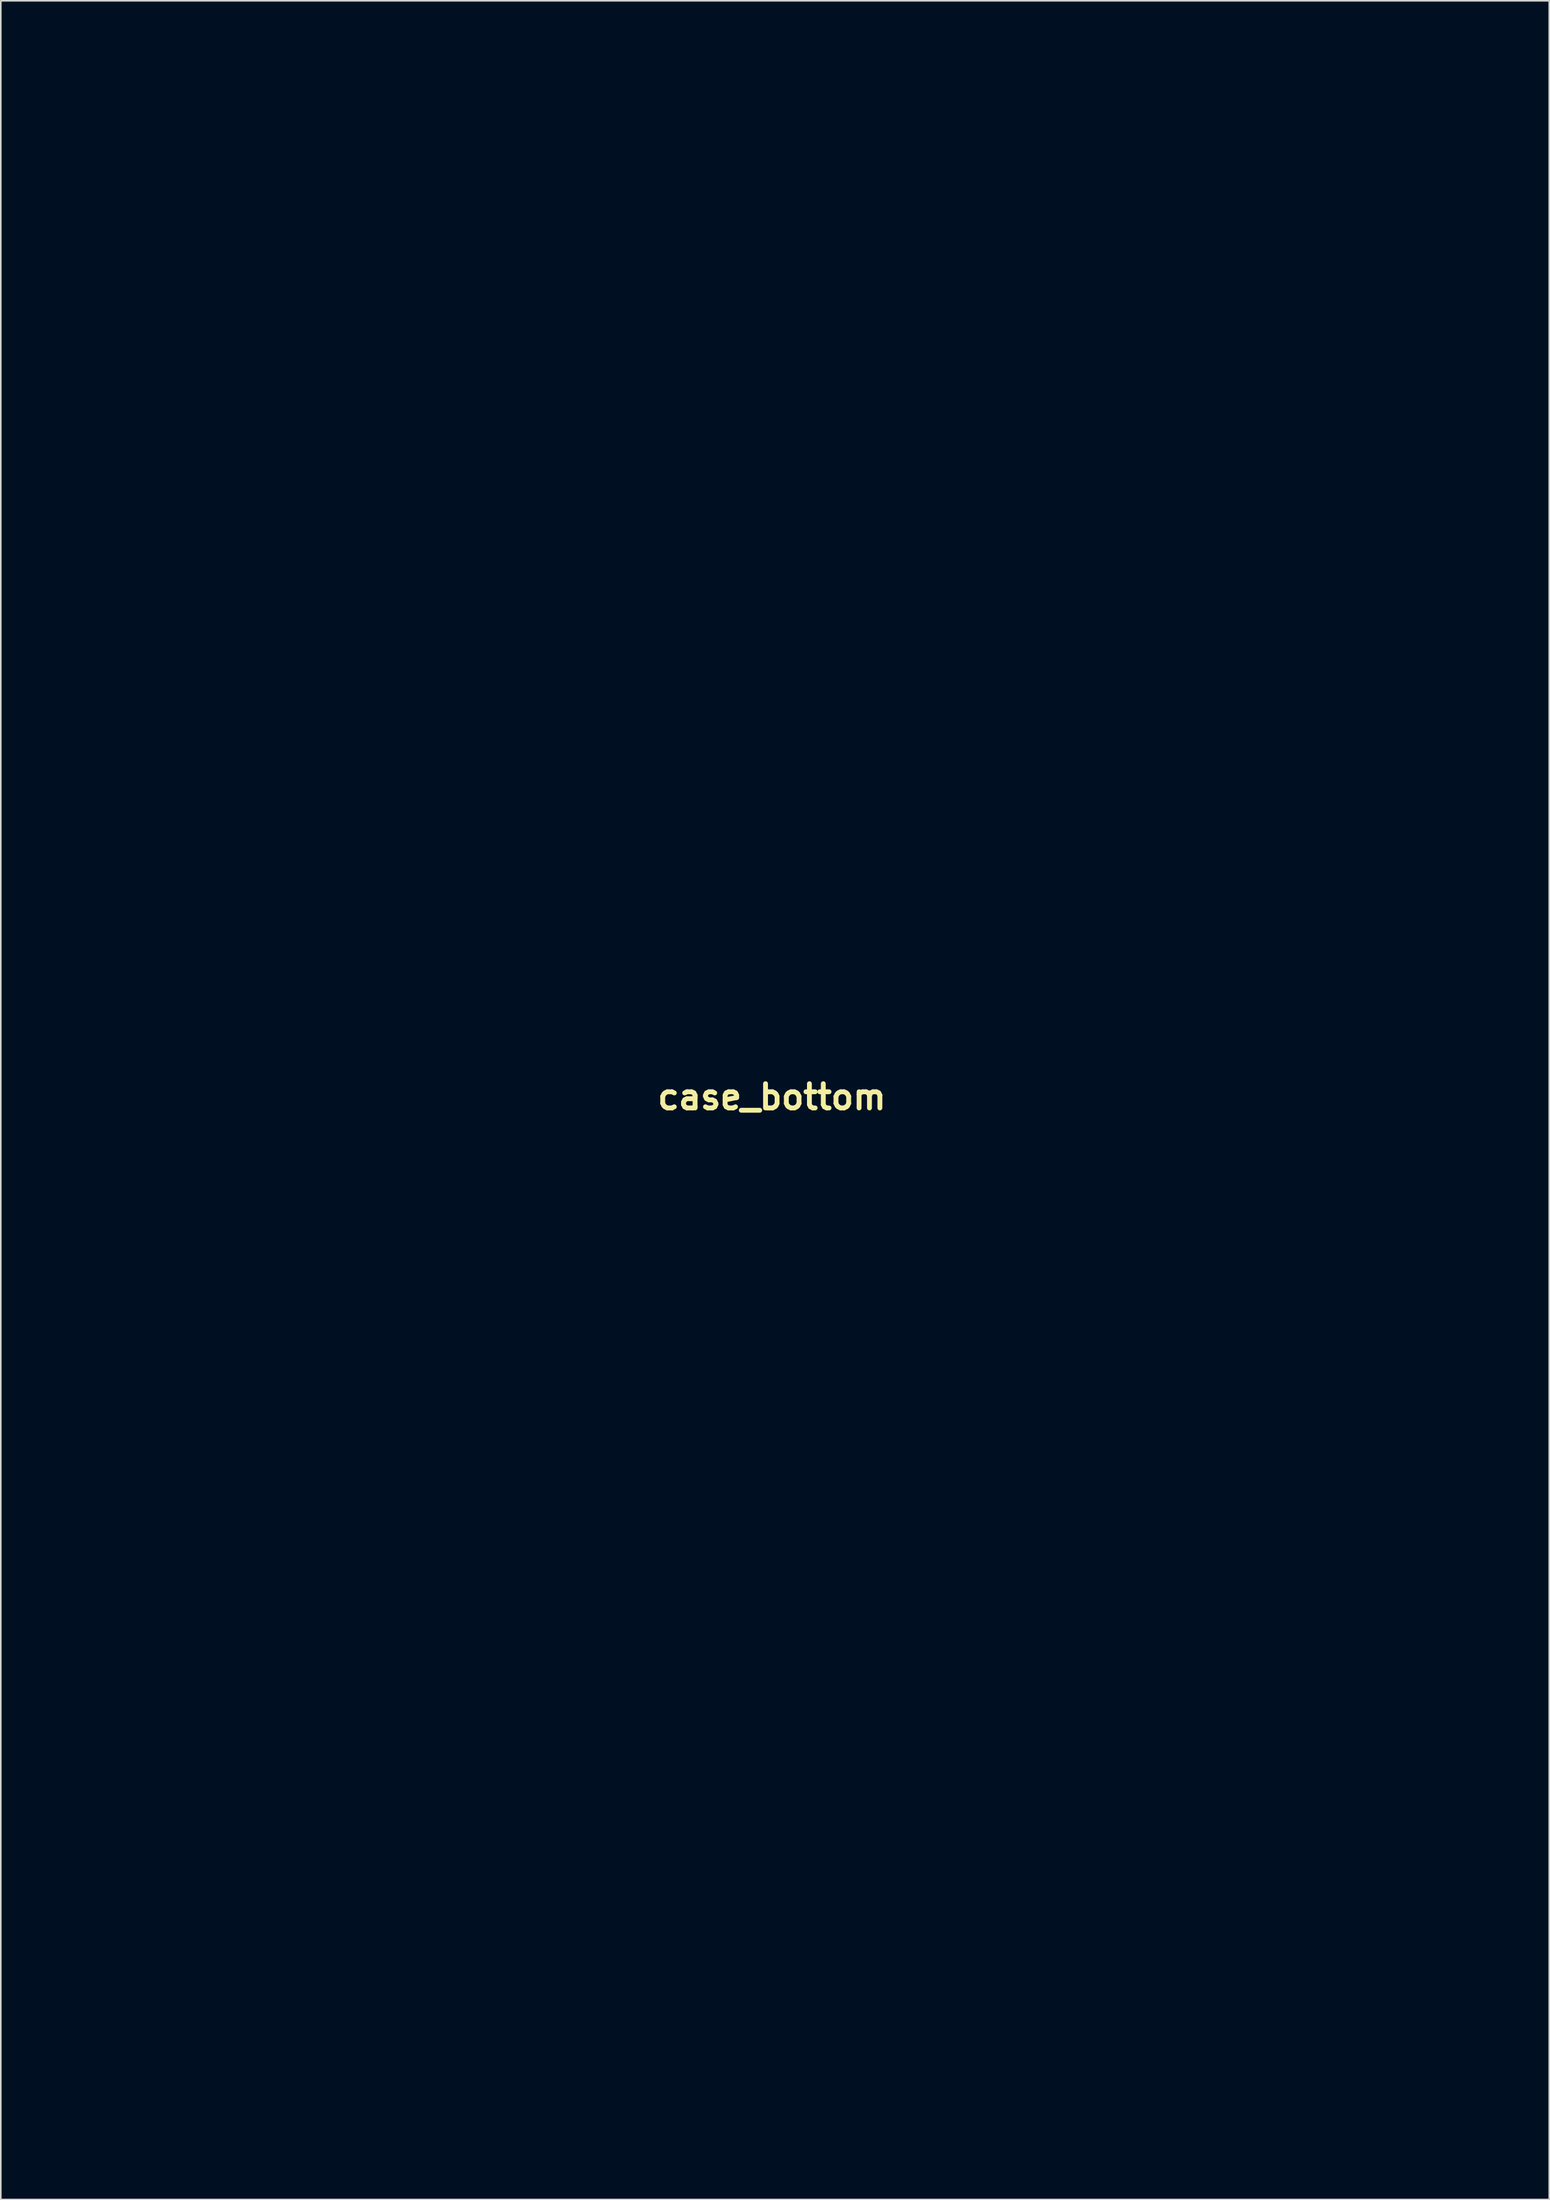
<source format=kicad_pcb>
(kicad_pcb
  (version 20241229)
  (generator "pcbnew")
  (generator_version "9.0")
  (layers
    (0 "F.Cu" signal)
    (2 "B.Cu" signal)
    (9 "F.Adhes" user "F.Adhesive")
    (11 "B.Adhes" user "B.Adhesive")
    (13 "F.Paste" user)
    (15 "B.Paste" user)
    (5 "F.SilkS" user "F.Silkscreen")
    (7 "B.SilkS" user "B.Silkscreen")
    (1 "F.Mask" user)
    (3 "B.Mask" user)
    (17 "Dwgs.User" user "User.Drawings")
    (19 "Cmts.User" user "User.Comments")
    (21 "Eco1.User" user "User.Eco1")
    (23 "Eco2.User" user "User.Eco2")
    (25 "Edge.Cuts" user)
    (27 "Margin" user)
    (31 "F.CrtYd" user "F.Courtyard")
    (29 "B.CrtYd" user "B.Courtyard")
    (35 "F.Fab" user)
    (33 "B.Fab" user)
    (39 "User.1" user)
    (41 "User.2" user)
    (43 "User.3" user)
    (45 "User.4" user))
  (footprint "case_bottom"
    (layer "F.Cu")
    (at 44.687 64.773)
    (property "Reference" "case_bottom" (at 0 0 0) (layer "F.SilkS") (effects (font (size 1.5 1.5) (thickness 0.3))))
    (attr board_only exclude_from_pos_files exclude_from_bom)
    (fp_poly (pts (xy -43.375 20.085) (xy -43.423 39.793) (xy -44.03 39.852) (xy -44.637 39.911) (xy -44.637 20.144) (xy -44.637 0.376) (xy -43.982 0.376) (xy -43.328 0.376)) (stroke (width 0.1) (type solid)) (fill no) (layer "Eco1.User"))
    (fp_poly (pts (xy -43.329 -19.661) (xy -43.329 0) (xy -43.983 0) (xy -44.637 0) (xy -44.637 -19.661) (xy -44.637 -39.323) (xy -43.983 -39.323) (xy -43.329 -39.323)) (stroke (width 0.1) (type solid)) (fill no) (layer "Eco1.User"))
    (fp_poly (pts (xy -42.209 -19.661) (xy -42.209 0) (xy -42.676 0) (xy -43.143 0) (xy -43.143 -19.661) (xy -43.143 -39.323) (xy -42.676 -39.323) (xy -42.209 -39.323)) (stroke (width 0.1) (type solid)) (fill no) (layer "Eco1.User"))
    (fp_poly (pts (xy -42.209 20.132) (xy -42.209 39.887) (xy -42.676 39.887) (xy -43.143 39.887) (xy -43.143 20.132) (xy -43.143 0.376) (xy -42.676 0.376) (xy -42.209 0.376)) (stroke (width 0.1) (type solid)) (fill no) (layer "Eco1.User"))
    (fp_poly (pts (xy -40.154 -19.661) (xy -40.154 0) (xy -40.995 0) (xy -41.835 0) (xy -41.835 -19.661) (xy -41.835 -39.323) (xy -40.995 -39.323) (xy -40.154 -39.323)) (stroke (width 0.1) (type solid)) (fill no) (layer "Eco1.User"))
    (fp_poly (pts (xy -40.154 20.132) (xy -40.154 39.887) (xy -40.995 39.887) (xy -41.835 39.887) (xy -41.835 20.132) (xy -41.835 0.376) (xy -40.995 0.376) (xy -40.154 0.376)) (stroke (width 0.1) (type solid)) (fill no) (layer "Eco1.User"))
    (fp_poly (pts (xy -3.806 -59.812) (xy -3.614 -59.532) (xy -3.721 -59.35) (xy -4.056 -59.332) (xy -4.257 -59.394) (xy -4.401 -59.541) (xy -4.279 -59.758) (xy -4.021 -59.921)) (stroke (width 0.1) (type solid)) (fill no) (layer "Eco1.User"))
    (fp_poly (pts (xy 23.719 -64.159) (xy 23.719 -63.594) (xy 12.046 -63.594) (xy 0.374 -63.594) (xy 0.374 -64.159) (xy 0.374 -64.723) (xy 12.046 -64.723) (xy 23.719 -64.723)) (stroke (width 0.1) (type solid)) (fill no) (layer "Eco1.User"))
    (fp_poly (pts (xy 26.028 -42.139) (xy 26.001 -41.94) (xy 25.852 -41.686) (xy 25.655 -41.473) (xy 25.59 -41.498) (xy 25.674 -41.785) (xy 25.848 -42.054) (xy 26.009 -42.151)) (stroke (width 0.1) (type solid)) (fill no) (layer "Eco1.User"))
    (fp_poly (pts (xy 26.417 -41.655) (xy 26.24 -41.393) (xy 25.968 -41.115) (xy 25.831 -41.016) (xy 25.85 -41.155) (xy 25.96 -41.393) (xy 26.201 -41.691) (xy 26.369 -41.769)) (stroke (width 0.1) (type solid)) (fill no) (layer "Eco1.User"))
    (fp_poly (pts (xy -22.319 -62.755) (xy -22.318 -62.754) (xy -21.758 -62.496) (xy -22.552 -62.48) (xy -23.085 -62.509) (xy -23.319 -62.638) (xy -23.346 -62.747) (xy -23.243 -62.978) (xy -22.912 -62.98)) (stroke (width 0.1) (type solid)) (fill no) (layer "Eco1.User"))
    (fp_poly (pts (xy -3.128 -60.164) (xy -3.114 -60.132) (xy -3.112 -59.795) (xy -3.322 -59.644) (xy -3.611 -59.768) (xy -3.728 -60.054) (xy -3.735 -60.145) (xy -3.61 -60.36) (xy -3.351 -60.366)) (stroke (width 0.1) (type solid)) (fill no) (layer "Eco1.User"))
    (fp_poly (pts (xy -2.638 -59.312) (xy -2.488 -59.02) (xy -2.473 -58.785) (xy -2.483 -58.773) (xy -2.647 -58.827) (xy -2.767 -58.931) (xy -2.969 -59.237) (xy -2.921 -59.432) (xy -2.821 -59.455)) (stroke (width 0.1) (type solid)) (fill no) (layer "Eco1.User"))
    (fp_poly (pts (xy 30.355 -48.289) (xy 30.285 -48.033) (xy 30.256 -47.978) (xy 30.066 -47.682) (xy 29.969 -47.601) (xy 29.899 -47.76) (xy 29.882 -47.978) (xy 30.002 -48.287) (xy 30.169 -48.354)) (stroke (width 0.1) (type solid)) (fill no) (layer "Eco1.User"))
    (fp_poly (pts (xy 34.836 -53.474) (xy 34.965 -52.933) (xy 34.982 -52.823) (xy 35.088 -52.117) (xy 34.251 -52.117) (xy 33.413 -52.117) (xy 34.003 -52.981) (xy 34.393 -53.492) (xy 34.658 -53.658)) (stroke (width 0.1) (type solid)) (fill no) (layer "Eco1.User"))
    (fp_poly (pts (xy -34.458 0.52) (xy -34.059 0.865) (xy -33.737 1.279) (xy -33.618 1.609) (xy -33.718 1.855) (xy -34.007 1.794) (xy -34.463 1.432) (xy -34.566 1.332) (xy -34.984 0.837) (xy -35.092 0.516) (xy -34.886 0.38) (xy -34.806 0.376)) (stroke (width 0.1) (type solid)) (fill no) (layer "Eco1.User"))
    (fp_poly (pts (xy -32.866 -1.37) (xy -32.51 -1.166) (xy -32.125 -0.799) (xy -31.833 -0.403) (xy -31.75 -0.163) (xy -31.88 -0.004) (xy -32.196 -0.042) (xy -32.584 -0.245) (xy -32.824 -0.453) (xy -33.15 -0.894) (xy -33.239 -1.228) (xy -33.085 -1.388)) (stroke (width 0.1) (type solid)) (fill no) (layer "Eco1.User"))
    (fp_poly (pts (xy -30.534 52.637) (xy -30.138 52.981) (xy -29.817 53.394) (xy -29.696 53.726) (xy -29.809 53.966) (xy -30.095 53.945) (xy -30.474 53.675) (xy -30.569 53.575) (xy -30.945 53.074) (xy -31.085 52.699) (xy -30.973 52.507) (xy -30.878 52.493)) (stroke (width 0.1) (type solid)) (fill no) (layer "Eco1.User"))
    (fp_poly (pts (xy -30.426 -51.597) (xy -30.067 -51.258) (xy -29.796 -50.857) (xy -29.725 -50.546) (xy -29.846 -50.359) (xy -30.134 -50.443) (xy -30.163 -50.458) (xy -30.588 -50.772) (xy -30.883 -51.141) (xy -31.007 -51.48) (xy -30.919 -51.701) (xy -30.755 -51.741)) (stroke (width 0.1) (type solid)) (fill no) (layer "Eco1.User"))
    (fp_poly (pts (xy -29.714 50.921) (xy -29.751 51.23) (xy -30.007 51.645) (xy -30.171 51.826) (xy -30.626 52.212) (xy -30.901 52.27) (xy -31.002 52.001) (xy -31.003 51.962) (xy -30.866 51.594) (xy -30.543 51.188) (xy -30.16 50.882) (xy -29.917 50.8)) (stroke (width 0.1) (type solid)) (fill no) (layer "Eco1.User"))
    (fp_poly (pts (xy -29.713 -53.465) (xy -29.696 -53.279) (xy -29.846 -52.877) (xy -30.205 -52.465) (xy -30.637 -52.176) (xy -30.88 -52.117) (xy -31.08 -52.149) (xy -31.083 -52.313) (xy -30.912 -52.676) (xy -30.563 -53.161) (xy -30.132 -53.512) (xy -29.801 -53.622)) (stroke (width 0.1) (type solid)) (fill no) (layer "Eco1.User"))
    (fp_poly (pts (xy -28.882 -53.521) (xy -28.487 -53.32) (xy -28.155 -53.021) (xy -27.871 -52.561) (xy -27.874 -52.255) (xy -28.095 -52.141) (xy -28.467 -52.255) (xy -28.902 -52.614) (xy -29.195 -53.014) (xy -29.322 -53.351) (xy -29.322 -53.359) (xy -29.195 -53.544)) (stroke (width 0.1) (type solid)) (fill no) (layer "Eco1.User"))
    (fp_poly (pts (xy -28.602 50.95) (xy -28.212 51.308) (xy -27.916 51.742) (xy -27.828 52.048) (xy -27.935 52.276) (xy -28.225 52.222) (xy -28.648 51.904) (xy -28.808 51.744) (xy -29.211 51.244) (xy -29.293 50.933) (xy -29.056 50.804) (xy -28.962 50.8)) (stroke (width 0.1) (type solid)) (fill no) (layer "Eco1.User"))
    (fp_poly (pts (xy -27.859 -51.652) (xy -27.908 -51.373) (xy -28.197 -50.943) (xy -28.563 -50.584) (xy -28.937 -50.377) (xy -29.222 -50.356) (xy -29.322 -50.527) (xy -29.183 -50.855) (xy -28.851 -51.25) (xy -28.453 -51.587) (xy -28.115 -51.74) (xy -28.1 -51.741)) (stroke (width 0.1) (type solid)) (fill no) (layer "Eco1.User"))
    (fp_poly (pts (xy -5.559 -56.612) (xy -5.528 -56.489) (xy -5.554 -56.127) (xy -5.575 -55.786) (xy -5.708 -55.452) (xy -5.97 -55.299) (xy -6.228 -55.35) (xy -6.347 -55.63) (xy -6.347 -55.645) (xy -6.271 -56.27) (xy -6.077 -56.674) (xy -5.812 -56.78)) (stroke (width 0.1) (type solid)) (fill no) (layer "Eco1.User"))
    (fp_poly (pts (xy 29.544 -53.474) (xy 29.625 -53.26) (xy 29.457 -52.956) (xy 29.216 -52.69) (xy 28.735 -52.272) (xy 28.396 -52.136) (xy 28.234 -52.288) (xy 28.235 -52.521) (xy 28.412 -52.921) (xy 28.751 -53.276) (xy 29.14 -53.503) (xy 29.47 -53.524)) (stroke (width 0.1) (type solid)) (fill no) (layer "Eco1.User"))
    (fp_poly (pts (xy 29.657 50.896) (xy 29.617 51.179) (xy 29.262 51.639) (xy 29.15 51.755) (xy 28.655 52.18) (xy 28.34 52.281) (xy 28.206 52.056) (xy 28.201 51.962) (xy 28.351 51.561) (xy 28.709 51.149) (xy 29.139 50.859) (xy 29.381 50.8)) (stroke (width 0.1) (type solid)) (fill no) (layer "Eco1.User"))
    (fp_poly (pts (xy 30.531 50.937) (xy 30.957 51.265) (xy 31.281 51.662) (xy 31.376 51.943) (xy 31.279 52.245) (xy 31.004 52.237) (xy 30.576 51.924) (xy 30.396 51.744) (xy 30.001 51.251) (xy 29.898 50.93) (xy 30.095 50.801) (xy 30.137 50.8)) (stroke (width 0.1) (type solid)) (fill no) (layer "Eco1.User"))
    (fp_poly (pts (xy -33.635 -1.375) (xy -33.657 -1.058) (xy -33.861 -0.662) (xy -34.067 -0.423) (xy -34.483 -0.122) (xy -34.855 -0.004) (xy -35.083 -0.09) (xy -35.112 -0.203) (xy -34.981 -0.47) (xy -34.666 -0.846) (xy -34.282 -1.216) (xy -33.944 -1.463) (xy -33.819 -1.505)) (stroke (width 0.1) (type solid)) (fill no) (layer "Eco1.User"))
    (fp_poly (pts (xy -31.777 0.478) (xy -31.837 0.768) (xy -32.196 1.228) (xy -32.296 1.332) (xy -32.782 1.749) (xy -33.103 1.866) (xy -33.24 1.678) (xy -33.244 1.608) (xy -33.105 1.269) (xy -32.772 0.866) (xy -32.371 0.526) (xy -32.031 0.376) (xy -32.022 0.376)) (stroke (width 0.1) (type solid)) (fill no) (layer "Eco1.User"))
    (fp_poly (pts (xy 28.668 52.625) (xy 29.041 52.942) (xy 29.408 53.329) (xy 29.654 53.67) (xy 29.696 53.796) (xy 29.568 53.982) (xy 29.234 53.935) (xy 28.773 53.67) (xy 28.694 53.609) (xy 28.379 53.257) (xy 28.214 52.88) (xy 28.227 52.589) (xy 28.403 52.493)) (stroke (width 0.1) (type solid)) (fill no) (layer "Eco1.User"))
    (fp_poly (pts (xy 28.772 -51.614) (xy 29.159 -51.313) (xy 29.508 -50.954) (xy 29.69 -50.654) (xy 29.696 -50.614) (xy 29.564 -50.371) (xy 29.217 -50.384) (xy 29.038 -50.463) (xy 28.607 -50.777) (xy 28.316 -51.146) (xy 28.202 -51.483) (xy 28.304 -51.702) (xy 28.473 -51.741)) (stroke (width 0.1) (type solid)) (fill no) (layer "Eco1.User"))
    (fp_poly (pts (xy 30.475 -53.485) (xy 30.88 -53.156) (xy 31.222 -52.76) (xy 31.376 -52.422) (xy 31.376 -52.408) (xy 31.266 -52.156) (xy 30.956 -52.192) (xy 30.484 -52.509) (xy 30.396 -52.584) (xy 30.037 -52.995) (xy 29.89 -53.356) (xy 29.977 -53.584) (xy 30.135 -53.622)) (stroke (width 0.1) (type solid)) (fill no) (layer "Eco1.User"))
    (fp_poly (pts (xy 31.344 -51.63) (xy 31.342 -51.352) (xy 31.14 -50.992) (xy 30.777 -50.633) (xy 30.502 -50.454) (xy 30.097 -50.266) (xy 29.919 -50.293) (xy 29.882 -50.509) (xy 30.022 -50.848) (xy 30.355 -51.251) (xy 30.755 -51.591) (xy 31.096 -51.741) (xy 31.105 -51.741)) (stroke (width 0.1) (type solid)) (fill no) (layer "Eco1.User"))
    (fp_poly (pts (xy 31.363 52.619) (xy 31.327 52.933) (xy 31.091 53.34) (xy 30.918 53.537) (xy 30.503 53.861) (xy 30.136 53.994) (xy 29.912 53.914) (xy 29.882 53.796) (xy 30.013 53.529) (xy 30.328 53.153) (xy 30.712 52.783) (xy 31.051 52.535) (xy 31.175 52.493)) (stroke (width 0.1) (type solid)) (fill no) (layer "Eco1.User"))
    (fp_poly (pts (xy 32.731 0.517) (xy 33.132 0.852) (xy 33.469 1.256) (xy 33.617 1.599) (xy 33.618 1.608) (xy 33.497 1.846) (xy 33.19 1.837) (xy 32.775 1.594) (xy 32.582 1.42) (xy 32.245 0.981) (xy 32.133 0.614) (xy 32.261 0.401) (xy 32.395 0.376)) (stroke (width 0.1) (type solid)) (fill no) (layer "Eco1.User"))
    (fp_poly (pts (xy 33.613 -1.381) (xy 33.559 -1.07) (xy 33.308 -0.664) (xy 33.142 -0.479) (xy 32.7 -0.127) (xy 32.342 -0.009) (xy 32.143 -0.142) (xy 32.124 -0.265) (xy 32.259 -0.539) (xy 32.587 -0.907) (xy 32.986 -1.258) (xy 33.337 -1.478) (xy 33.445 -1.505)) (stroke (width 0.1) (type solid)) (fill no) (layer "Eco1.User"))
    (fp_poly (pts (xy 34.433 -1.368) (xy 34.802 -1.041) (xy 35.13 -0.651) (xy 35.295 -0.327) (xy 35.299 -0.291) (xy 35.176 -0.054) (xy 34.869 -0.055) (xy 34.466 -0.276) (xy 34.212 -0.509) (xy 33.948 -0.919) (xy 33.89 -1.282) (xy 34.046 -1.49) (xy 34.145 -1.505)) (stroke (width 0.1) (type solid)) (fill no) (layer "Eco1.User"))
    (fp_poly (pts (xy -27.897 52.592) (xy -27.828 52.784) (xy -27.97 53.142) (xy -28.309 53.551) (xy -28.716 53.88) (xy -29.033 53.999) (xy -29.271 53.841) (xy -29.322 53.622) (xy -29.211 53.317) (xy -29.054 53.246) (xy -28.788 53.089) (xy -28.668 52.87) (xy -28.458 52.596) (xy -28.152 52.499)) (stroke (width 0.1) (type solid)) (fill no) (layer "Eco1.User"))
    (fp_poly (pts (xy -22.009 40.146) (xy -21.852 40.329) (xy -21.851 40.332) (xy -21.991 40.729) (xy -22.328 41.175) (xy -22.74 41.528) (xy -22.968 41.634) (xy -23.229 41.647) (xy -23.332 41.434) (xy -23.346 41.13) (xy -23.28 40.637) (xy -23.121 40.301) (xy -22.793 40.129) (xy -22.372 40.078)) (stroke (width 0.1) (type solid)) (fill no) (layer "Eco1.User"))
    (fp_poly (pts (xy -4.321 -59.204) (xy -4.269 -58.983) (xy -4.451 -58.55) (xy -4.639 -58.223) (xy -5.063 -57.629) (xy -5.404 -57.398) (xy -5.666 -57.528) (xy -5.692 -57.566) (xy -5.669 -57.831) (xy -5.473 -58.254) (xy -5.181 -58.715) (xy -4.872 -59.092) (xy -4.622 -59.265) (xy -4.605 -59.267)) (stroke (width 0.1) (type solid)) (fill no) (layer "Eco1.User"))
    (fp_poly (pts (xy 35.285 0.502) (xy 35.249 0.816) (xy 35.014 1.223) (xy 34.84 1.42) (xy 34.425 1.744) (xy 34.058 1.877) (xy 33.834 1.797) (xy 33.804 1.679) (xy 33.927 1.428) (xy 34.231 1.051) (xy 34.35 0.926) (xy 34.739 0.581) (xy 35.04 0.39) (xy 35.097 0.376)) (stroke (width 0.1) (type solid)) (fill no) (layer "Eco1.User"))
    (fp_poly (pts (xy -23.719 -64.159) (xy -23.739 -63.84) (xy -23.844 -63.672) (xy -24.098 -63.649) (xy -24.568 -63.767) (xy -25.32 -64.021) (xy -25.365 -64.036) (xy -25.936 -64.261) (xy -26.31 -64.458) (xy -26.409 -64.584) (xy -26.408 -64.586) (xy -26.164 -64.655) (xy -25.657 -64.704) (xy -24.996 -64.723) (xy -24.995 -64.723) (xy -23.719 -64.723)) (stroke (width 0.1) (type solid)) (fill no) (layer "Eco1.User"))
    (fp_poly (pts (xy -0.041 53.179) (xy -0.001 53.447) (xy -0.154 53.718) (xy -0.419 53.844) (xy -0.793 54.042) (xy -1.194 54.47) (xy -1.291 54.61) (xy -1.658 55.077) (xy -1.976 55.297) (xy -2.187 55.246) (xy -2.241 55.015) (xy -2.082 54.453) (xy -1.677 53.874) (xy -1.132 53.386) (xy -0.553 53.095) (xy -0.298 53.058)) (stroke (width 0.1) (type solid)) (fill no) (layer "Eco1.User"))
    (fp_poly (pts (xy 1.195 53.214) (xy 1.717 53.611) (xy 2.191 54.146) (xy 2.52 54.712) (xy 2.615 55.118) (xy 2.507 55.328) (xy 2.253 55.305) (xy 1.961 55.096) (xy 1.736 54.746) (xy 1.734 54.739) (xy 1.334 54.174) (xy 0.946 53.945) (xy 0.557 53.702) (xy 0.376 53.405) (xy 0.428 53.157) (xy 0.722 53.058)) (stroke (width 0.1) (type solid)) (fill no) (layer "Eco1.User"))
    (fp_poly (pts (xy 33.607 -2.448) (xy 33.618 -2.294) (xy 33.431 -1.91) (xy 32.917 -1.568) (xy 32.308 -1.126) (xy 31.937 -0.616) (xy 31.662 -0.216) (xy 31.353 -0.018) (xy 31.102 -0.05) (xy 31.004 -0.329) (xy 31.171 -0.967) (xy 31.613 -1.604) (xy 32.242 -2.15) (xy 32.97 -2.51) (xy 33.104 -2.548) (xy 33.474 -2.597)) (stroke (width 0.1) (type solid)) (fill no) (layer "Eco1.User"))
    (fp_poly (pts (xy -29.724 49.674) (xy -29.7 49.919) (xy -29.879 50.327) (xy -30.307 50.612) (xy -30.862 51.036) (xy -31.252 51.6) (xy -31.594 52.117) (xy -31.944 52.305) (xy -31.952 52.305) (xy -32.247 52.221) (xy -32.31 52.111) (xy -32.15 51.447) (xy -31.73 50.759) (xy -31.14 50.156) (xy -30.469 49.744) (xy -30.286 49.68) (xy -29.883 49.59)) (stroke (width 0.1) (type solid)) (fill no) (layer "Eco1.User"))
    (fp_poly (pts (xy -28.429 -54.592) (xy -27.82 -54.183) (xy -27.265 -53.622) (xy -26.862 -53.008) (xy -26.708 -52.446) (xy -26.809 -52.156) (xy -27.062 -52.133) (xy -27.388 -52.35) (xy -27.709 -52.777) (xy -27.735 -52.823) (xy -28.176 -53.408) (xy -28.715 -53.797) (xy -29.113 -54.067) (xy -29.313 -54.379) (xy -29.287 -54.638) (xy -29.007 -54.75) (xy -28.995 -54.75)) (stroke (width 0.1) (type solid)) (fill no) (layer "Eco1.User"))
    (fp_poly (pts (xy -1.872 55.707) (xy -1.58 55.91) (xy -1.375 56.229) (xy -1.035 56.716) (xy -0.587 57.027) (xy -0.173 57.303) (xy -0.000234 57.609) (xy 0 57.619) (xy -0.103 57.896) (xy -0.423 57.9) (xy -0.979 57.633) (xy -1.065 57.581) (xy -1.543 57.174) (xy -1.956 56.635) (xy -2.207 56.103) (xy -2.241 55.889) (xy -2.13 55.685)) (stroke (width 0.1) (type solid)) (fill no) (layer "Eco1.User"))
    (fp_poly (pts (xy -0.053 -60.325) (xy -0.002 -60.153) (xy 0 -60.042) (xy -0.115 -59.775) (xy -0.503 -59.572) (xy -0.816 -59.481) (xy -1.382 -59.329) (xy -1.822 -59.197) (xy -1.918 -59.163) (xy -2.23 -59.17) (xy -2.327 -59.254) (xy -2.381 -59.523) (xy -2.156 -59.761) (xy -1.614 -59.997) (xy -1.265 -60.108) (xy -0.607 -60.298) (xy -0.229 -60.371)) (stroke (width 0.1) (type solid)) (fill no) (layer "Eco1.User"))
    (fp_poly (pts (xy 2.519 -54.885) (xy 2.615 -54.605) (xy 2.449 -54.024) (xy 2.011 -53.438) (xy 1.387 -52.941) (xy 0.887 -52.699) (xy 0.521 -52.601) (xy 0.386 -52.699) (xy 0.375 -52.832) (xy 0.525 -53.133) (xy 0.892 -53.446) (xy 0.952 -53.482) (xy 1.415 -53.875) (xy 1.734 -54.365) (xy 1.738 -54.376) (xy 1.977 -54.756) (xy 2.272 -54.935)) (stroke (width 0.1) (type solid)) (fill no) (layer "Eco1.User"))
    (fp_poly (pts (xy 27.728 -51.561) (xy 28.015 -51.125) (xy 28.436 -50.566) (xy 28.995 -50.173) (xy 29.509 -49.828) (xy 29.695 -49.475) (xy 29.696 -49.467) (xy 29.615 -49.19) (xy 29.338 -49.138) (xy 28.817 -49.308) (xy 28.668 -49.372) (xy 27.863 -49.929) (xy 27.275 -50.745) (xy 27.116 -51.129) (xy 27.002 -51.54) (xy 27.06 -51.707) (xy 27.324 -51.737)) (stroke (width 0.1) (type solid)) (fill no) (layer "Eco1.User"))
    (fp_poly (pts (xy 29.622 49.761) (xy 29.676 49.982) (xy 29.459 50.261) (xy 29.03 50.511) (xy 28.459 50.884) (xy 28.071 51.496) (xy 28.049 51.546) (xy 27.766 52.071) (xy 27.458 52.288) (xy 27.327 52.303) (xy 27.053 52.259) (xy 27.006 52.05) (xy 27.073 51.767) (xy 27.467 50.864) (xy 28.043 50.177) (xy 28.739 49.765) (xy 29.275 49.672)) (stroke (width 0.1) (type solid)) (fill no) (layer "Eco1.User"))
    (fp_poly (pts (xy 30.618 49.717) (xy 30.961 49.861) (xy 31.64 50.311) (xy 32.17 50.929) (xy 32.464 51.603) (xy 32.496 51.882) (xy 32.408 52.23) (xy 32.185 52.281) (xy 31.896 52.053) (xy 31.641 51.64) (xy 31.197 50.96) (xy 30.657 50.535) (xy 30.214 50.424) (xy 29.933 50.272) (xy 29.882 50.059) (xy 29.944 49.714) (xy 30.17 49.604)) (stroke (width 0.1) (type solid)) (fill no) (layer "Eco1.User"))
    (fp_poly (pts (xy -35.519 0.534) (xy -35.219 1.031) (xy -35.218 1.033) (xy -34.747 1.698) (xy -34.282 2.008) (xy -33.813 2.32) (xy -33.619 2.645) (xy -33.618 2.669) (xy -33.709 2.944) (xy -34.006 2.976) (xy -34.542 2.763) (xy -34.735 2.662) (xy -35.542 2.039) (xy -36.049 1.222) (xy -36.151 0.894) (xy -36.196 0.521) (xy -36.045 0.388) (xy -35.882 0.376)) (stroke (width 0.1) (type solid)) (fill no) (layer "Eco1.User"))
    (fp_poly (pts (xy -33.646 -2.451) (xy -33.618 -2.164) (xy -33.717 -1.783) (xy -33.904 -1.693) (xy -34.42 -1.534) (xy -34.916 -1.131) (xy -35.258 -0.598) (xy -35.275 -0.552) (xy -35.54 -0.113) (xy -35.869 0) (xy -36.15 -0.057) (xy -36.191 -0.301) (xy -36.151 -0.49) (xy -35.747 -1.395) (xy -35.04 -2.079) (xy -34.717 -2.269) (xy -34.132 -2.542) (xy -33.796 -2.604)) (stroke (width 0.1) (type solid)) (fill no) (layer "Eco1.User"))
    (fp_poly (pts (xy -32.492 -2.464) (xy -32.187 -2.325) (xy -31.662 -1.961) (xy -31.166 -1.432) (xy -30.791 -0.86) (xy -30.63 -0.362) (xy -30.629 -0.333) (xy -30.735 -0.041) (xy -30.992 -0.009) (xy -31.31 -0.208) (xy -31.597 -0.612) (xy -31.605 -0.629) (xy -32.051 -1.217) (xy -32.573 -1.579) (xy -33.078 -1.919) (xy -33.244 -2.267) (xy -33.18 -2.546) (xy -32.949 -2.611)) (stroke (width 0.1) (type solid)) (fill no) (layer "Eco1.User"))
    (fp_poly (pts (xy -30.703 0.502) (xy -30.658 0.828) (xy -30.801 1.282) (xy -31.099 1.788) (xy -31.517 2.272) (xy -31.982 2.635) (xy -32.597 2.936) (xy -33.027 2.985) (xy -33.232 2.779) (xy -33.244 2.669) (xy -33.076 2.347) (xy -32.63 2.033) (xy -32.588 2.012) (xy -31.956 1.53) (xy -31.62 1.037) (xy -31.312 0.57) (xy -30.99 0.377) (xy -30.968 0.376)) (stroke (width 0.1) (type solid)) (fill no) (layer "Eco1.User"))
    (fp_poly (pts (xy -29.731 -54.639) (xy -29.703 -54.373) (xy -29.887 -54.061) (xy -30.247 -53.814) (xy -30.789 -53.457) (xy -31.202 -52.952) (xy -31.376 -52.433) (xy -31.376 -52.406) (xy -31.538 -52.172) (xy -31.843 -52.117) (xy -32.194 -52.184) (xy -32.31 -52.313) (xy -32.162 -52.869) (xy -31.777 -53.487) (xy -31.247 -54.068) (xy -30.662 -54.519) (xy -30.113 -54.742) (xy -30 -54.751)) (stroke (width 0.1) (type solid)) (fill no) (layer "Eco1.User"))
    (fp_poly (pts (xy -26.83 -51.718) (xy -26.709 -51.45) (xy -26.707 -51.408) (xy -26.847 -50.926) (xy -27.203 -50.355) (xy -27.681 -49.817) (xy -28.186 -49.431) (xy -28.307 -49.372) (xy -28.876 -49.161) (xy -29.188 -49.14) (xy -29.31 -49.317) (xy -29.322 -49.48) (xy -29.137 -49.85) (xy -28.67 -50.129) (xy -28.01 -50.603) (xy -27.702 -51.072) (xy -27.413 -51.5) (xy -27.094 -51.725)) (stroke (width 0.1) (type solid)) (fill no) (layer "Eco1.User"))
    (fp_poly (pts (xy 0.821 -57.439) (xy 1.268 -57.215) (xy 1.801 -56.831) (xy 2.264 -56.316) (xy 2.559 -55.792) (xy 2.615 -55.522) (xy 2.495 -55.324) (xy 2.219 -55.338) (xy 1.909 -55.526) (xy 1.711 -55.795) (xy 1.394 -56.227) (xy 0.935 -56.594) (xy 0.935 -56.594) (xy 0.555 -56.9) (xy 0.377 -57.217) (xy 0.375 -57.244) (xy 0.397 -57.482) (xy 0.519 -57.547)) (stroke (width 0.1) (type solid)) (fill no) (layer "Eco1.User"))
    (fp_poly (pts (xy 2.551 55.734) (xy 2.615 55.889) (xy 2.478 56.367) (xy 2.131 56.92) (xy 1.673 57.409) (xy 1.438 57.581) (xy 0.851 57.882) (xy 0.503 57.911) (xy 0.381 57.666) (xy 0.381 57.62) (xy 0.533 57.312) (xy 0.899 56.973) (xy 0.988 56.913) (xy 1.44 56.548) (xy 1.751 56.156) (xy 1.772 56.113) (xy 2.003 55.832) (xy 2.307 55.693)) (stroke (width 0.1) (type solid)) (fill no) (layer "Eco1.User"))
    (fp_poly (pts (xy 27.68 52.611) (xy 27.935 53.012) (xy 27.99 53.155) (xy 28.37 53.774) (xy 28.962 54.193) (xy 29.447 54.516) (xy 29.673 54.818) (xy 29.62 55.042) (xy 29.275 55.127) (xy 28.834 55.029) (xy 28.315 54.793) (xy 28.26 54.76) (xy 27.682 54.286) (xy 27.284 53.639) (xy 27.073 53.032) (xy 27 52.652) (xy 27.119 52.511) (xy 27.337 52.493)) (stroke (width 0.1) (type solid)) (fill no) (layer "Eco1.User"))
    (fp_poly (pts (xy 32.422 52.62) (xy 32.498 52.952) (xy 32.38 53.414) (xy 32.094 53.933) (xy 31.671 54.435) (xy 31.257 54.77) (xy 30.692 55.052) (xy 30.226 55.119) (xy 29.937 54.97) (xy 29.882 54.772) (xy 30.049 54.437) (xy 30.32 54.305) (xy 30.797 54.07) (xy 31.27 53.667) (xy 31.625 53.21) (xy 31.75 52.844) (xy 31.894 52.549) (xy 32.124 52.493)) (stroke (width 0.1) (type solid)) (fill no) (layer "Eco1.User"))
    (fp_poly (pts (xy -28.914 49.575) (xy -28.396 49.81) (xy -28.254 49.879) (xy -27.622 50.327) (xy -27.098 50.949) (xy -26.772 51.621) (xy -26.707 52.015) (xy -26.819 52.267) (xy -27.077 52.27) (xy -27.365 52.047) (xy -27.471 51.882) (xy -27.83 51.33) (xy -28.28 50.84) (xy -28.719 50.51) (xy -28.983 50.424) (xy -29.255 50.292) (xy -29.322 49.953) (xy -29.302 49.642) (xy -29.191 49.517)) (stroke (width 0.1) (type solid)) (fill no) (layer "Eco1.User"))
    (fp_poly (pts (xy -26.773 52.62) (xy -26.741 52.996) (xy -26.981 53.609) (xy -27.351 54.156) (xy -27.821 54.612) (xy -28.321 54.943) (xy -28.782 55.117) (xy -29.135 55.099) (xy -29.313 54.856) (xy -29.322 54.751) (xy -29.197 54.438) (xy -29.023 54.375) (xy -28.694 54.237) (xy -28.265 53.896) (xy -27.844 53.461) (xy -27.54 53.041) (xy -27.454 52.794) (xy -27.298 52.544) (xy -27.081 52.493)) (stroke (width 0.1) (type solid)) (fill no) (layer "Eco1.User"))
    (fp_poly (pts (xy -20.711 -61.885) (xy -20.005 -61.82) (xy -19.325 -61.68) (xy -18.529 -61.439) (xy -17.893 -61.219) (xy -17.093 -60.927) (xy -16.421 -60.664) (xy -15.957 -60.465) (xy -15.791 -60.372) (xy -15.911 -60.32) (xy -16.361 -60.276) (xy -17.097 -60.241) (xy -18.076 -60.218) (xy -19.252 -60.208) (xy -19.48 -60.207) (xy -23.346 -60.207) (xy -23.346 -61.054) (xy -23.346 -61.901) (xy -21.582 -61.901)) (stroke (width 0.1) (type solid)) (fill no) (layer "Eco1.User"))
    (fp_poly (pts (xy -1.586 -54.732) (xy -1.365 -54.376) (xy -1.052 -53.886) (xy -0.589 -53.488) (xy -0.578 -53.482) (xy -0.191 -53.174) (xy -0.004 -52.858) (xy -0.001 -52.823) (xy -0.002 -52.608) (xy -0.065 -52.529) (xy -0.276 -52.588) (xy -0.724 -52.79) (xy -0.875 -52.859) (xy -1.531 -53.301) (xy -2.014 -53.899) (xy -2.236 -54.539) (xy -2.241 -54.648) (xy -2.133 -54.911) (xy -1.88 -54.928)) (stroke (width 0.1) (type solid)) (fill no) (layer "Eco1.User"))
    (fp_poly (pts (xy 26.859 -41.076) (xy 27.047 -40.505) (xy 27.076 -40.381) (xy 27.228 -39.699) (xy 26.516 -39.699) (xy 26.03 -39.756) (xy 25.735 -39.896) (xy 25.71 -39.934) (xy 25.626 -40.073) (xy 25.602 -39.934) (xy 25.466 -39.757) (xy 25.215 -39.697) (xy 25.041 -39.786) (xy 25.033 -39.84) (xy 25.158 -40.041) (xy 25.475 -40.41) (xy 25.778 -40.727) (xy 26.278 -41.172) (xy 26.621 -41.293)) (stroke (width 0.1) (type solid)) (fill no) (layer "Eco1.User"))
    (fp_poly (pts (xy 29.535 -54.705) (xy 29.692 -54.449) (xy 29.696 -54.375) (xy 29.571 -54.062) (xy 29.397 -53.999) (xy 29.067 -53.861) (xy 28.638 -53.519) (xy 28.217 -53.084) (xy 27.914 -52.665) (xy 27.828 -52.418) (xy 27.669 -52.172) (xy 27.374 -52.117) (xy 27.066 -52.156) (xy 27.002 -52.35) (xy 27.074 -52.658) (xy 27.505 -53.608) (xy 28.17 -54.279) (xy 28.474 -54.453) (xy 29.134 -54.706)) (stroke (width 0.1) (type solid)) (fill no) (layer "Eco1.User"))
    (fp_poly (pts (xy 30.99 -54.476) (xy 31.533 -54.102) (xy 31.985 -53.629) (xy 32.314 -53.126) (xy 32.487 -52.661) (xy 32.469 -52.305) (xy 32.228 -52.126) (xy 32.124 -52.117) (xy 31.813 -52.243) (xy 31.75 -52.418) (xy 31.613 -52.75) (xy 31.274 -53.182) (xy 30.843 -53.606) (xy 30.426 -53.912) (xy 30.181 -53.999) (xy 29.933 -54.156) (xy 29.882 -54.375) (xy 30.008 -54.685) (xy 30.381 -54.718)) (stroke (width 0.1) (type solid)) (fill no) (layer "Eco1.User"))
    (fp_poly (pts (xy 31.679 0.488) (xy 31.75 0.644) (xy 31.892 1.031) (xy 32.243 1.49) (xy 32.692 1.9) (xy 33.125 2.14) (xy 33.15 2.147) (xy 33.537 2.378) (xy 33.618 2.638) (xy 33.49 2.942) (xy 33.129 2.983) (xy 32.566 2.759) (xy 32.387 2.655) (xy 31.827 2.223) (xy 31.385 1.722) (xy 31.093 1.219) (xy 30.981 0.782) (xy 31.077 0.479) (xy 31.376 0.376)) (stroke (width 0.1) (type solid)) (fill no) (layer "Eco1.User"))
    (fp_poly (pts (xy 32.497 -51.509) (xy 32.37 -51.123) (xy 32.048 -50.6) (xy 31.616 -50.05) (xy 31.163 -49.584) (xy 30.775 -49.31) (xy 30.742 -49.297) (xy 30.228 -49.14) (xy 29.971 -49.151) (xy 29.887 -49.348) (xy 29.882 -49.467) (xy 30.061 -49.82) (xy 30.568 -50.166) (xy 30.583 -50.173) (xy 31.192 -50.615) (xy 31.563 -51.125) (xy 31.824 -51.5) (xy 32.132 -51.717) (xy 32.389 -51.733)) (stroke (width 0.1) (type solid)) (fill no) (layer "Eco1.User"))
    (fp_poly (pts (xy 36.508 0.435) (xy 36.536 0.68) (xy 36.504 0.8) (xy 36.166 1.568) (xy 35.68 2.251) (xy 35.145 2.71) (xy 35.103 2.733) (xy 34.494 2.969) (xy 34.045 2.984) (xy 33.819 2.78) (xy 33.804 2.672) (xy 33.983 2.352) (xy 34.446 2.099) (xy 35.013 1.754) (xy 35.419 1.143) (xy 35.427 1.126) (xy 35.729 0.611) (xy 36.054 0.398) (xy 36.198 0.381)) (stroke (width 0.1) (type solid)) (fill no) (layer "Eco1.User"))
    (fp_poly (pts (xy -31.491 52.571) (xy -31.377 52.853) (xy -31.376 52.888) (xy -31.239 53.261) (xy -30.902 53.708) (xy -30.478 54.111) (xy -30.08 54.351) (xy -29.956 54.375) (xy -29.745 54.532) (xy -29.696 54.751) (xy -29.831 55.053) (xy -30.231 55.098) (xy -30.75 54.941) (xy -31.197 54.622) (xy -31.665 54.084) (xy -32.049 53.461) (xy -32.223 53.011) (xy -32.275 52.641) (xy -32.117 52.508) (xy -31.864 52.493)) (stroke (width 0.1) (type solid)) (fill no) (layer "Eco1.User"))
    (fp_poly (pts (xy -29.696 47.894) (xy -29.716 48.414) (xy -29.837 48.705) (xy -30.152 48.871) (xy -30.671 48.999) (xy -31.311 49.297) (xy -31.953 49.853) (xy -32.498 50.561) (xy -32.851 51.314) (xy -32.88 51.417) (xy -33.102 52.305) (xy -33.944 52.305) (xy -34.786 52.305) (xy -34.664 51.535) (xy -34.28 50.255) (xy -33.586 49.123) (xy -32.636 48.19) (xy -31.48 47.509) (xy -30.303 47.154) (xy -29.696 47.046)) (stroke (width 0.1) (type solid)) (fill no) (layer "Eco1.User"))
    (fp_poly (pts (xy 0 -61.995) (xy 0 -60.772) (xy -0.661 -60.772) (xy -1.264 -60.682) (xy -1.918 -60.461) (xy -2.048 -60.399) (xy -2.775 -60.025) (xy -3.177 -60.681) (xy -3.475 -61.12) (xy -3.672 -61.324) (xy -3.729 -61.263) (xy -3.668 -61.054) (xy -3.695 -60.829) (xy -3.975 -60.772) (xy -4.364 -60.935) (xy -4.932 -61.419) (xy -5.474 -61.995) (xy -6.56 -63.218) (xy -3.28 -63.218) (xy 0 -63.218)) (stroke (width 0.1) (type solid)) (fill no) (layer "Eco1.User"))
    (fp_poly (pts (xy -42.206 43.509) (xy -42.167 45.523) (xy -42.049 47.238) (xy -41.841 48.724) (xy -41.533 50.053) (xy -41.116 51.294) (xy -41.107 51.317) (xy -40.72 52.305) (xy -41.182 52.305) (xy -41.538 52.213) (xy -41.809 51.878) (xy -41.938 51.6) (xy -42.293 50.649) (xy -42.569 49.651) (xy -42.777 48.54) (xy -42.927 47.249) (xy -43.029 45.711) (xy -43.091 43.98) (xy -43.189 40.076) (xy -42.699 40.076) (xy -42.209 40.076)) (stroke (width 0.1) (type solid)) (fill no) (layer "Eco1.User"))
    (fp_poly (pts (xy -27.039 -64.368) (xy -26.464 -64.224) (xy -25.933 -64.044) (xy -25.522 -63.853) (xy -25.306 -63.681) (xy -25.363 -63.552) (xy -25.423 -63.531) (xy -25.927 -63.444) (xy -26.519 -63.402) (xy -26.521 -63.402) (xy -27.077 -63.351) (xy -27.795 -63.232) (xy -28.248 -63.134) (xy -29.322 -62.875) (xy -29.322 -63.504) (xy -29.296 -63.878) (xy -29.166 -64.113) (xy -28.85 -64.266) (xy -28.27 -64.396) (xy -28.015 -64.441) (xy -27.581 -64.45)) (stroke (width 0.1) (type solid)) (fill no) (layer "Eco1.User"))
    (fp_poly (pts (xy 34.719 -2.404) (xy 35.255 -2.119) (xy 35.743 -1.731) (xy 35.817 -1.654) (xy 36.18 -1.126) (xy 36.411 -0.595) (xy 36.5 -0.189) (xy 36.413 -0.028) (xy 36.126 0) (xy 35.767 -0.095) (xy 35.672 -0.268) (xy 35.537 -0.643) (xy 35.206 -1.086) (xy 34.796 -1.473) (xy 34.419 -1.683) (xy 34.342 -1.693) (xy 33.995 -1.83) (xy 33.831 -2.136) (xy 33.93 -2.459) (xy 33.942 -2.471) (xy 34.245 -2.538)) (stroke (width 0.1) (type solid)) (fill no) (layer "Eco1.User"))
    (fp_poly (pts (xy -32.852 -50.896) (xy -32.463 -50.044) (xy -31.796 -49.286) (xy -30.942 -48.716) (xy -30.454 -48.523) (xy -29.981 -48.357) (xy -29.761 -48.149) (xy -29.699 -47.766) (xy -29.696 -47.478) (xy -29.72 -47.005) (xy -29.838 -46.747) (xy -30.12 -46.681) (xy -30.634 -46.783) (xy -31.207 -46.953) (xy -32.257 -47.462) (xy -33.201 -48.265) (xy -33.971 -49.281) (xy -34.498 -50.43) (xy -34.652 -51.035) (xy -34.78 -51.741) (xy -33.921 -51.741) (xy -33.063 -51.741)) (stroke (width 0.1) (type solid)) (fill no) (layer "Eco1.User"))
    (fp_poly (pts (xy 0.981 -60.302) (xy 2.277 -59.869) (xy 3.419 -59.155) (xy 4.352 -58.215) (xy 5.022 -57.101) (xy 5.361 -55.964) (xy 5.402 -55.527) (xy 5.3 -55.347) (xy 5.067 -55.316) (xy 4.746 -55.429) (xy 4.665 -55.739) (xy 4.487 -56.601) (xy 4.014 -57.476) (xy 3.315 -58.286) (xy 2.458 -58.952) (xy 1.51 -59.398) (xy 1.448 -59.417) (xy 0.801 -59.644) (xy 0.463 -59.86) (xy 0.374 -60.081) (xy 0.433 -60.307) (xy 0.68 -60.351)) (stroke (width 0.1) (type solid)) (fill no) (layer "Eco1.User"))
    (fp_poly (pts (xy -40.753 -51.771) (xy -40.804 -51.615) (xy -41.294 -50.316) (xy -41.662 -49.086) (xy -41.923 -47.837) (xy -42.092 -46.479) (xy -42.182 -44.925) (xy -42.209 -43.094) (xy -42.209 -39.699) (xy -42.676 -39.699) (xy -43.143 -39.699) (xy -43.143 -42.779) (xy -43.103 -44.789) (xy -42.974 -46.531) (xy -42.745 -48.105) (xy -42.401 -49.611) (xy -42.158 -50.447) (xy -41.927 -51.154) (xy -41.741 -51.577) (xy -41.549 -51.794) (xy -41.299 -51.882) (xy -41.196 -51.897) (xy -40.832 -51.906)) (stroke (width 0.1) (type solid)) (fill no) (layer "Eco1.User"))
    (fp_poly (pts (xy -31.484 -51.657) (xy -31.376 -51.381) (xy -31.232 -51.032) (xy -30.881 -50.618) (xy -30.445 -50.255) (xy -30.045 -50.058) (xy -29.961 -50.047) (xy -29.752 -49.884) (xy -29.696 -49.577) (xy -29.724 -49.248) (xy -29.867 -49.139) (xy -30.209 -49.23) (xy -30.545 -49.371) (xy -30.967 -49.636) (xy -31.432 -50.04) (xy -31.839 -50.481) (xy -32.088 -50.857) (xy -32.124 -50.987) (xy -32.185 -51.288) (xy -32.237 -51.443) (xy -32.231 -51.667) (xy -31.932 -51.74) (xy -31.863 -51.741)) (stroke (width 0.1) (type solid)) (fill no) (layer "Eco1.User"))
    (fp_poly (pts (xy 5.326 55.787) (xy 5.403 56.099) (xy 5.3 56.671) (xy 5.122 57.247) (xy 4.554 58.372) (xy 3.696 59.348) (xy 2.622 60.113) (xy 1.405 60.606) (xy 1.061 60.684) (xy 0.608 60.744) (xy 0.414 60.669) (xy 0.374 60.441) (xy 0.469 60.167) (xy 0.814 60.006) (xy 1.076 59.954) (xy 2.09 59.615) (xy 3.033 58.979) (xy 3.824 58.128) (xy 4.387 57.142) (xy 4.61 56.365) (xy 4.749 55.88) (xy 4.988 55.698) (xy 5.067 55.692)) (stroke (width 0.1) (type solid)) (fill no) (layer "Eco1.User"))
    (fp_poly (pts (xy 25.343 52.53) (xy 25.884 52.586) (xy 26.165 52.71) (xy 26.3 52.975) (xy 26.346 53.179) (xy 26.73 54.18) (xy 27.416 55.024) (xy 28.344 55.653) (xy 29.192 55.956) (xy 29.523 56.071) (xy 29.661 56.283) (xy 29.669 56.718) (xy 29.659 56.859) (xy 29.58 57.407) (xy 29.396 57.653) (xy 29.034 57.668) (xy 28.855 57.634) (xy 27.597 57.19) (xy 26.482 56.47) (xy 25.567 55.532) (xy 24.911 54.435) (xy 24.576 53.282) (xy 24.458 52.472)) (stroke (width 0.1) (type solid)) (fill no) (layer "Eco1.User"))
    (fp_poly (pts (xy -42.228 -51.888) (xy -42.025 -51.786) (xy -42.022 -51.77) (xy -42.08 -51.521) (xy -42.23 -51.031) (xy -42.408 -50.5) (xy -42.742 -49.431) (xy -42.99 -48.359) (xy -43.162 -47.205) (xy -43.269 -45.888) (xy -43.321 -44.329) (xy -43.329 -43.163) (xy -43.329 -39.699) (xy -43.983 -39.699) (xy -44.637 -39.699) (xy -44.635 -42.851) (xy -44.62 -44.439) (xy -44.567 -45.753) (xy -44.465 -46.891) (xy -44.301 -47.955) (xy -44.065 -49.045) (xy -43.764 -50.189) (xy -43.278 -51.929) (xy -42.65 -51.929)) (stroke (width 0.1) (type solid)) (fill no) (layer "Eco1.User"))
    (fp_poly (pts (xy 5.337 -54.794) (xy 5.411 -54.375) (xy 5.264 -53.713) (xy 4.901 -52.834) (xy 4.845 -52.719) (xy 4.063 -51.515) (xy 3.061 -50.614) (xy 1.834 -50.013) (xy 0.981 -49.793) (xy 0.56 -49.751) (xy 0.393 -49.865) (xy 0.374 -50.017) (xy 0.488 -50.259) (xy 0.873 -50.462) (xy 1.339 -50.602) (xy 2.272 -50.994) (xy 3.139 -51.632) (xy 3.872 -52.434) (xy 4.4 -53.321) (xy 4.653 -54.213) (xy 4.665 -54.422) (xy 4.74 -54.814) (xy 5.001 -54.938) (xy 5.043 -54.939)) (stroke (width 0.1) (type solid)) (fill no) (layer "Eco1.User"))
    (fp_poly (pts (xy 25.808 -61.84) (xy 28.37 -61.501) (xy 30.807 -60.814) (xy 33.098 -59.789) (xy 35.219 -58.433) (xy 36.026 -57.792) (xy 36.66 -57.257) (xy 36.192 -56.564) (xy 35.891 -56.151) (xy 35.697 -56.016) (xy 35.528 -56.114) (xy 35.477 -56.173) (xy 35.222 -56.398) (xy 34.732 -56.769) (xy 34.082 -57.228) (xy 33.554 -57.586) (xy 31.781 -58.635) (xy 30.035 -59.387) (xy 28.202 -59.88) (xy 26.169 -60.153) (xy 25.867 -60.175) (xy 23.999 -60.301) (xy 23.94 -61.13) (xy 23.882 -61.959)) (stroke (width 0.1) (type solid)) (fill no) (layer "Eco1.User"))
    (fp_poly (pts (xy 30.583 47.142) (xy 31.787 47.514) (xy 32.881 48.16) (xy 33.804 49.02) (xy 34.496 50.032) (xy 34.897 51.137) (xy 34.959 51.553) (xy 34.976 51.97) (xy 34.862 52.168) (xy 34.52 52.245) (xy 34.242 52.268) (xy 33.744 52.282) (xy 33.495 52.18) (xy 33.373 51.895) (xy 33.344 51.771) (xy 32.935 50.724) (xy 32.236 49.832) (xy 31.322 49.167) (xy 30.396 48.831) (xy 30.078 48.727) (xy 29.928 48.516) (xy 29.884 48.083) (xy 29.882 47.872) (xy 29.882 47.02)) (stroke (width 0.1) (type solid)) (fill no) (layer "Eco1.User"))
    (fp_poly (pts (xy 34.988 -51.129) (xy 34.563 -49.772) (xy 33.844 -48.607) (xy 32.867 -47.684) (xy 32.36 -47.365) (xy 31.71 -47.06) (xy 31.051 -46.835) (xy 30.469 -46.707) (xy 30.051 -46.696) (xy 29.883 -46.821) (xy 29.882 -46.829) (xy 30.015 -47.235) (xy 30.353 -47.754) (xy 30.803 -48.271) (xy 31.272 -48.672) (xy 31.454 -48.779) (xy 32.184 -49.31) (xy 32.809 -50.107) (xy 33.235 -51.035) (xy 33.402 -51.475) (xy 33.617 -51.679) (xy 34.012 -51.738) (xy 34.281 -51.741) (xy 35.102 -51.741)) (stroke (width 0.1) (type solid)) (fill no) (layer "Eco1.User"))
    (fp_poly (pts (xy 38.954 1.03) (xy 38.586 2.199) (xy 37.968 3.272) (xy 37.161 4.192) (xy 36.224 4.9) (xy 35.216 5.338) (xy 34.401 5.454) (xy 34.012 5.435) (xy 33.845 5.304) (xy 33.822 4.956) (xy 33.84 4.675) (xy 33.898 4.198) (xy 34.048 3.93) (xy 34.393 3.756) (xy 34.762 3.641) (xy 35.636 3.21) (xy 36.413 2.506) (xy 36.993 1.63) (xy 37.185 1.141) (xy 37.348 0.668) (xy 37.549 0.446) (xy 37.92 0.38) (xy 38.244 0.376) (xy 39.075 0.376)) (stroke (width 0.1) (type solid)) (fill no) (layer "Eco1.User"))
    (fp_poly (pts (xy -33.618 -4.302) (xy -33.635 -3.807) (xy -33.748 -3.522) (xy -34.048 -3.329) (xy -34.505 -3.155) (xy -35.51 -2.65) (xy -36.232 -1.939) (xy -36.728 -0.962) (xy -36.736 -0.94) (xy -36.942 -0.395) (xy -37.135 -0.116) (xy -37.419 -0.014) (xy -37.864 0) (xy -38.373 -0.028) (xy -38.607 -0.142) (xy -38.66 -0.369) (xy -38.597 -0.744) (xy -38.433 -1.32) (xy -38.28 -1.763) (xy -37.69 -2.857) (xy -36.826 -3.802) (xy -35.775 -4.526) (xy -34.62 -4.959) (xy -34.384 -5.005) (xy -33.618 -5.128)) (stroke (width 0.1) (type solid)) (fill no) (layer "Eco1.User"))
    (fp_poly (pts (xy -14.444 -61.872) (xy -13.941 -61.842) (xy -13.625 -61.78) (xy -13.435 -61.68) (xy -13.337 -61.577) (xy -13.173 -61.199) (xy -13.089 -60.7) (xy -13.095 -60.237) (xy -13.203 -59.965) (xy -13.214 -59.958) (xy -13.429 -59.987) (xy -13.934 -60.124) (xy -14.664 -60.347) (xy -15.557 -60.64) (xy -15.668 -60.678) (xy -14.381 -60.678) (xy -14.287 -60.584) (xy -14.194 -60.678) (xy -14.287 -60.772) (xy -14.381 -60.678) (xy -15.668 -60.678) (xy -16.144 -60.84) (xy -18.934 -61.807) (xy -16.262 -61.859) (xy -15.197 -61.875)) (stroke (width 0.1) (type solid)) (fill no) (layer "Eco1.User"))
    (fp_poly (pts (xy -4.391 -54.846) (xy -4.298 -54.504) (xy -4.296 -54.398) (xy -4.119 -53.414) (xy -3.625 -52.477) (xy -2.872 -51.653) (xy -1.917 -51.01) (xy -1.149 -50.699) (xy -0.476 -50.465) (xy -0.112 -50.25) (xy -0.000109 -50.02) (xy 0 -50.012) (xy -0.012 -49.802) (xy -0.109 -49.715) (xy -0.382 -49.739) (xy -0.92 -49.861) (xy -0.983 -49.876) (xy -2.307 -50.374) (xy -3.424 -51.175) (xy -4.298 -52.252) (xy -4.688 -53.007) (xy -4.964 -53.812) (xy -5.043 -54.434) (xy -4.927 -54.825) (xy -4.669 -54.939)) (stroke (width 0.1) (type solid)) (fill no) (layer "Eco1.User"))
    (fp_poly (pts (xy -0.042 -57.525) (xy -0.006 -57.312) (xy -0.007 -57.244) (xy -0.159 -56.936) (xy -0.525 -56.596) (xy -0.614 -56.537) (xy -1.066 -56.172) (xy -1.377 -55.78) (xy -1.398 -55.737) (xy -1.629 -55.455) (xy -1.933 -55.317) (xy -2.178 -55.358) (xy -2.241 -55.513) (xy -2.161 -55.805) (xy -1.967 -56.244) (xy -1.951 -56.275) (xy -1.692 -56.659) (xy -1.413 -56.748) (xy -1.269 -56.715) (xy -0.989 -56.674) (xy -0.977 -56.849) (xy -0.984 -56.87) (xy -0.918 -57.164) (xy -0.63 -57.362) (xy -0.217 -57.535)) (stroke (width 0.1) (type solid)) (fill no) (layer "Eco1.User"))
    (fp_poly (pts (xy 31.274 -57.036) (xy 32.268 -56.597) (xy 33.201 -55.943) (xy 33.966 -55.139) (xy 34.111 -54.933) (xy 34.589 -54.205) (xy 34.057 -53.447) (xy 33.73 -53.009) (xy 33.49 -52.733) (xy 33.422 -52.685) (xy 33.298 -52.841) (xy 33.124 -53.228) (xy 33.089 -53.324) (xy 32.678 -54.042) (xy 32.036 -54.703) (xy 31.285 -55.205) (xy 30.632 -55.431) (xy 30.166 -55.525) (xy 29.949 -55.687) (xy 29.886 -56.036) (xy 29.882 -56.374) (xy 29.904 -56.888) (xy 30.006 -57.128) (xy 30.242 -57.195) (xy 30.326 -57.197)) (stroke (width 0.1) (type solid)) (fill no) (layer "Eco1.User"))
    (fp_poly (pts (xy -44.03 40.111) (xy -43.423 40.17) (xy -43.309 44.215) (xy -43.25 45.88) (xy -43.168 47.243) (xy -43.051 48.377) (xy -42.89 49.358) (xy -42.673 50.259) (xy -42.389 51.154) (xy -42.211 51.641) (xy -42.061 52.076) (xy -42.105 52.262) (xy -42.414 52.305) (xy -42.649 52.305) (xy -42.966 52.29) (xy -43.18 52.196) (xy -43.346 51.948) (xy -43.517 51.472) (xy -43.692 50.89) (xy -44.052 49.549) (xy -44.312 48.263) (xy -44.487 46.93) (xy -44.588 45.448) (xy -44.628 43.716) (xy -44.63 43.309) (xy -44.637 40.052)) (stroke (width 0.1) (type solid)) (fill no) (layer "Eco1.User"))
    (fp_poly (pts (xy -23.906 -63.191) (xy -23.761 -63.106) (xy -23.721 -62.956) (xy -23.719 -62.87) (xy -23.811 -62.546) (xy -23.953 -62.457) (xy -24.641 -62.412) (xy -25.502 -62.329) (xy -26.439 -62.22) (xy -27.359 -62.096) (xy -28.167 -61.972) (xy -28.767 -61.858) (xy -29.024 -61.788) (xy -29.251 -61.793) (xy -29.322 -62.096) (xy -29.322 -62.14) (xy -29.269 -62.441) (xy -29.05 -62.636) (xy -28.571 -62.798) (xy -28.442 -62.832) (xy -27.866 -62.94) (xy -27.051 -63.045) (xy -26.129 -63.132) (xy -25.64 -63.165) (xy -24.779 -63.211) (xy -24.223 -63.223)) (stroke (width 0.1) (type solid)) (fill no) (layer "Eco1.User"))
    (fp_poly (pts (xy -20.414 40.095) (xy -20.218 40.19) (xy -20.219 40.418) (xy -20.24 40.499) (xy -20.331 40.933) (xy -20.355 41.151) (xy -20.49 41.467) (xy -20.829 41.914) (xy -21.281 42.393) (xy -21.754 42.803) (xy -22.057 43.001) (xy -22.557 43.199) (xy -22.963 43.274) (xy -23.225 43.204) (xy -23.332 42.928) (xy -23.346 42.611) (xy -23.286 42.116) (xy -23.059 41.851) (xy -22.903 41.778) (xy -22.472 41.504) (xy -22.049 41.073) (xy -21.746 40.616) (xy -21.665 40.332) (xy -21.506 40.148) (xy -21.013 40.077) (xy -20.896 40.076)) (stroke (width 0.1) (type solid)) (fill no) (layer "Eco1.User"))
    (fp_poly (pts (xy -0.009 50.45) (xy 0 50.524) (xy -0.129 50.818) (xy -0.233 50.878) (xy -0.549 50.967) (xy -1.062 51.108) (xy -1.272 51.166) (xy -2.246 51.612) (xy -3.117 52.343) (xy -3.804 53.267) (xy -4.228 54.293) (xy -4.285 54.563) (xy -4.438 55.055) (xy -4.718 55.264) (xy -4.794 55.279) (xy -5.038 55.287) (xy -5.12 55.151) (xy -5.069 54.78) (xy -5.02 54.554) (xy -4.552 53.167) (xy -3.821 52.042) (xy -2.815 51.163) (xy -2.214 50.816) (xy -1.38 50.452) (xy -0.701 50.265) (xy -0.227 50.262)) (stroke (width 0.1) (type solid)) (fill no) (layer "Eco1.User"))
    (fp_poly (pts (xy 25.381 -63.195) (xy 25.914 -63.167) (xy 26.853 -63.1) (xy 27.755 -63.006) (xy 28.492 -62.9) (xy 28.808 -62.834) (xy 29.353 -62.667) (xy 29.618 -62.481) (xy 29.695 -62.209) (xy 29.696 -62.161) (xy 29.646 -61.827) (xy 29.556 -61.735) (xy 29.312 -61.78) (xy 28.813 -61.876) (xy 28.201 -61.997) (xy 27.356 -62.138) (xy 26.326 -62.273) (xy 25.279 -62.384) (xy 24.378 -62.45) (xy 24.139 -62.459) (xy 23.954 -62.623) (xy 23.906 -62.87) (xy 23.921 -63.047) (xy 24.011 -63.159) (xy 24.24 -63.214) (xy 24.675 -63.223)) (stroke (width 0.1) (type solid)) (fill no) (layer "Eco1.User"))
    (fp_poly (pts (xy 25.553 -64.698) (xy 26.393 -64.637) (xy 27.299 -64.551) (xy 28.163 -64.449) (xy 28.875 -64.345) (xy 29.329 -64.25) (xy 29.344 -64.246) (xy 29.607 -64.028) (xy 29.695 -63.55) (xy 29.696 -63.487) (xy 29.66 -63.062) (xy 29.572 -62.861) (xy 29.556 -62.858) (xy 29.307 -62.914) (xy 28.83 -63.039) (xy 28.505 -63.127) (xy 27.905 -63.253) (xy 27.074 -63.377) (xy 26.153 -63.478) (xy 25.75 -63.511) (xy 23.906 -63.643) (xy 23.906 -64.183) (xy 23.927 -64.497) (xy 24.051 -64.657) (xy 24.374 -64.715) (xy 24.886 -64.722)) (stroke (width 0.1) (type solid)) (fill no) (layer "Eco1.User"))
    (fp_poly (pts (xy 34.991 -4.959) (xy 35.858 -4.637) (xy 36.688 -4.179) (xy 37.104 -3.867) (xy 37.813 -3.089) (xy 38.425 -2.116) (xy 38.847 -1.107) (xy 38.946 -0.706) (xy 39.075 0) (xy 38.258 0) (xy 37.775 -0.017) (xy 37.494 -0.127) (xy 37.304 -0.42) (xy 37.115 -0.922) (xy 36.576 -1.919) (xy 35.769 -2.702) (xy 34.767 -3.203) (xy 34.634 -3.241) (xy 34.128 -3.396) (xy 33.885 -3.579) (xy 33.81 -3.913) (xy 33.804 -4.272) (xy 33.828 -4.781) (xy 33.933 -5.016) (xy 34.176 -5.079) (xy 34.238 -5.08)) (stroke (width 0.1) (type solid)) (fill no) (layer "Eco1.User"))
    (fp_poly (pts (xy -32.48 -5.005) (xy -31.239 -4.616) (xy -30.105 -3.873) (xy -29.659 -3.45) (xy -29.069 -2.704) (xy -28.589 -1.857) (xy -28.283 -1.037) (xy -28.206 -0.517) (xy -28.232 -0.199) (xy -28.384 -0.048) (xy -28.762 -0.003) (xy -29.042 0) (xy -29.564 -0.023) (xy -29.811 -0.122) (xy -29.881 -0.345) (xy -29.882 -0.407) (xy -30.04 -1.063) (xy -30.462 -1.77) (xy -31.071 -2.423) (xy -31.715 -2.879) (xy -32.28 -3.161) (xy -32.748 -3.345) (xy -32.943 -3.387) (xy -33.135 -3.475) (xy -33.226 -3.794) (xy -33.244 -4.257) (xy -33.244 -5.128)) (stroke (width 0.1) (type solid)) (fill no) (layer "Eco1.User"))
    (fp_poly (pts (xy -28.632 47.167) (xy -27.557 47.437) (xy -26.627 47.932) (xy -25.952 48.477) (xy -25.299 49.213) (xy -24.76 50.087) (xy -24.4 50.976) (xy -24.281 51.694) (xy -24.305 52.084) (xy -24.452 52.259) (xy -24.828 52.304) (xy -25.032 52.305) (xy -25.551 52.25) (xy -25.837 52.108) (xy -25.857 52.07) (xy -25.949 51.719) (xy -26.044 51.306) (xy -26.334 50.658) (xy -26.865 49.993) (xy -27.527 49.417) (xy -28.21 49.038) (xy -28.452 48.968) (xy -28.924 48.856) (xy -29.16 48.686) (xy -29.253 48.341) (xy -29.285 47.936) (xy -29.342 47.057)) (stroke (width 0.1) (type solid)) (fill no) (layer "Eco1.User"))
    (fp_poly (pts (xy -28.27 1.255) (xy -28.574 2.282) (xy -29.157 3.267) (xy -29.95 4.143) (xy -30.879 4.844) (xy -31.875 5.303) (xy -32.805 5.456) (xy -33.077 5.417) (xy -33.205 5.231) (xy -33.243 4.799) (xy -33.244 4.61) (xy -33.214 4.068) (xy -33.101 3.815) (xy -32.93 3.763) (xy -32.582 3.684) (xy -32.059 3.484) (xy -31.788 3.36) (xy -31.159 2.927) (xy -30.579 2.313) (xy -30.131 1.629) (xy -29.898 0.986) (xy -29.882 0.81) (xy -29.843 0.544) (xy -29.659 0.417) (xy -29.233 0.378) (xy -29.017 0.376) (xy -28.151 0.376)) (stroke (width 0.1) (type solid)) (fill no) (layer "Eco1.User"))
    (fp_poly (pts (xy -24.6 -51.72) (xy -24.354 -51.623) (xy -24.282 -51.398) (xy -24.279 -51.294) (xy -24.453 -50.291) (xy -24.934 -49.296) (xy -25.658 -48.374) (xy -26.564 -47.594) (xy -27.588 -47.02) (xy -28.558 -46.736) (xy -29.322 -46.613) (xy -29.322 -47.454) (xy -29.303 -47.978) (xy -29.179 -48.26) (xy -28.854 -48.431) (xy -28.528 -48.534) (xy -27.894 -48.776) (xy -27.32 -49.075) (xy -27.217 -49.144) (xy -26.76 -49.603) (xy -26.342 -50.237) (xy -26.048 -50.898) (xy -25.96 -51.357) (xy -25.908 -51.596) (xy -25.686 -51.71) (xy -25.198 -51.74) (xy -25.12 -51.741)) (stroke (width 0.1) (type solid)) (fill no) (layer "Eco1.User"))
    (fp_poly (pts (xy -24.343 52.597) (xy -24.283 52.871) (xy -24.281 53.094) (xy -24.41 53.827) (xy -24.748 54.678) (xy -25.228 55.51) (xy -25.784 56.187) (xy -25.797 56.2) (xy -26.611 56.806) (xy -27.631 57.32) (xy -28.691 57.658) (xy -28.715 57.663) (xy -29.322 57.791) (xy -29.322 56.937) (xy -29.304 56.408) (xy -29.189 56.128) (xy -28.886 55.97) (xy -28.564 55.877) (xy -27.662 55.462) (xy -26.864 54.785) (xy -26.276 53.947) (xy -26.081 53.458) (xy -25.909 52.932) (xy -25.716 52.667) (xy -25.388 52.561) (xy -25.055 52.53) (xy -24.565 52.509)) (stroke (width 0.1) (type solid)) (fill no) (layer "Eco1.User"))
    (fp_poly (pts (xy -4.465 55.822) (xy -4.405 55.927) (xy -4.143 56.825) (xy -3.914 57.458) (xy -3.667 57.929) (xy -3.35 58.34) (xy -3 58.706) (xy -2.158 59.379) (xy -1.242 59.835) (xy -0.37 60.018) (xy -0.305 60.019) (xy -0.05 60.176) (xy 0 60.396) (xy -0.115 60.678) (xy -0.477 60.754) (xy -1.108 60.624) (xy -1.776 60.39) (xy -2.491 60.024) (xy -3.2 59.528) (xy -3.439 59.318) (xy -3.942 58.734) (xy -4.38 58.058) (xy -4.727 57.359) (xy -4.959 56.705) (xy -5.051 56.164) (xy -4.977 55.804) (xy -4.757 55.692)) (stroke (width 0.1) (type solid)) (fill no) (layer "Eco1.User"))
    (fp_poly (pts (xy 25.948 -51.728) (xy 26.226 -51.653) (xy 26.323 -51.462) (xy 26.334 -51.205) (xy 26.47 -50.656) (xy 26.822 -50.012) (xy 27.301 -49.398) (xy 27.821 -48.939) (xy 27.964 -48.854) (xy 28.542 -48.615) (xy 29.089 -48.456) (xy 29.51 -48.315) (xy 29.673 -48.054) (xy 29.696 -47.718) (xy 29.595 -47.132) (xy 29.33 -46.757) (xy 29.051 -46.669) (xy 28.758 -46.734) (xy 28.286 -46.883) (xy 28.179 -46.92) (xy 26.881 -47.567) (xy 25.832 -48.464) (xy 25.064 -49.578) (xy 24.608 -50.873) (xy 24.576 -51.035) (xy 24.449 -51.741) (xy 25.392 -51.741)) (stroke (width 0.1) (type solid)) (fill no) (layer "Eco1.User"))
    (fp_poly (pts (xy 29.488 -57.175) (xy 29.655 -57.045) (xy 29.678 -56.697) (xy 29.66 -56.416) (xy 29.602 -55.939) (xy 29.452 -55.67) (xy 29.107 -55.497) (xy 28.738 -55.382) (xy 27.994 -55.03) (xy 27.289 -54.468) (xy 26.73 -53.799) (xy 26.42 -53.128) (xy 26.416 -53.11) (xy 26.274 -52.537) (xy 26.102 -52.242) (xy 25.797 -52.133) (xy 25.304 -52.117) (xy 24.449 -52.117) (xy 24.577 -52.823) (xy 24.898 -53.86) (xy 25.444 -54.902) (xy 26.118 -55.764) (xy 26.177 -55.822) (xy 26.93 -56.405) (xy 27.807 -56.868) (xy 28.666 -57.144) (xy 29.099 -57.193)) (stroke (width 0.1) (type solid)) (fill no) (layer "Eco1.User"))
    (fp_poly (pts (xy 33.423 -5.049) (xy 33.572 -4.891) (xy 33.616 -4.501) (xy 33.618 -4.254) (xy 33.597 -3.737) (xy 33.483 -3.476) (xy 33.195 -3.352) (xy 32.986 -3.309) (xy 32.042 -2.948) (xy 31.215 -2.278) (xy 30.576 -1.362) (xy 30.433 -1.052) (xy 30.182 -0.471) (xy 29.978 -0.156) (xy 29.724 -0.027) (xy 29.327 -0.000206) (xy 29.218 0) (xy 28.436 0) (xy 28.593 -0.844) (xy 28.902 -1.927) (xy 29.432 -2.845) (xy 30.007 -3.499) (xy 30.662 -4.041) (xy 31.456 -4.525) (xy 32.263 -4.889) (xy 32.959 -5.069) (xy 33.104 -5.078)) (stroke (width 0.1) (type solid)) (fill no) (layer "Eco1.User"))
    (fp_poly (pts (xy 35.003 53.199) (xy 34.746 54.193) (xy 34.321 55.048) (xy 33.653 55.908) (xy 33.509 56.065) (xy 32.888 56.665) (xy 32.281 57.058) (xy 31.509 57.359) (xy 31.424 57.386) (xy 30.789 57.576) (xy 30.294 57.711) (xy 30.049 57.761) (xy 29.948 57.594) (xy 29.888 57.172) (xy 29.882 56.959) (xy 29.9 56.485) (xy 30.011 56.208) (xy 30.305 56.016) (xy 30.806 55.826) (xy 31.874 55.263) (xy 32.679 54.435) (xy 33.191 53.424) (xy 33.396 52.882) (xy 33.589 52.606) (xy 33.879 52.507) (xy 34.324 52.493) (xy 35.129 52.493)) (stroke (width 0.1) (type solid)) (fill no) (layer "Eco1.User"))
    (fp_poly (pts (xy -37.342 0.395) (xy -37.07 0.515) (xy -36.906 0.836) (xy -36.795 1.213) (xy -36.375 2.115) (xy -35.696 2.899) (xy -34.86 3.461) (xy -34.415 3.626) (xy -33.921 3.78) (xy -33.69 3.972) (xy -33.622 4.329) (xy -33.618 4.649) (xy -33.637 5.154) (xy -33.74 5.387) (xy -33.993 5.451) (xy -34.131 5.452) (xy -34.612 5.372) (xy -35.227 5.174) (xy -35.485 5.066) (xy -36.523 4.424) (xy -37.431 3.542) (xy -38.108 2.527) (xy -38.289 2.116) (xy -38.561 1.325) (xy -38.66 0.816) (xy -38.572 0.528) (xy -38.28 0.402) (xy -37.844 0.376)) (stroke (width 0.1) (type solid)) (fill no) (layer "Eco1.User"))
    (fp_poly (pts (xy -29.89 -57.166) (xy -29.741 -57.008) (xy -29.698 -56.618) (xy -29.696 -56.371) (xy -29.715 -55.855) (xy -29.83 -55.594) (xy -30.125 -55.468) (xy -30.366 -55.419) (xy -31.093 -55.125) (xy -31.819 -54.573) (xy -32.438 -53.869) (xy -32.843 -53.115) (xy -32.897 -52.936) (xy -33.041 -52.432) (xy -33.223 -52.194) (xy -33.569 -52.122) (xy -33.936 -52.117) (xy -34.771 -52.117) (xy -34.639 -52.917) (xy -34.415 -53.807) (xy -34.019 -54.599) (xy -33.382 -55.429) (xy -33.28 -55.544) (xy -32.621 -56.139) (xy -31.818 -56.657) (xy -30.997 -57.03) (xy -30.281 -57.193) (xy -30.209 -57.195)) (stroke (width 0.1) (type solid)) (fill no) (layer "Eco1.User"))
    (fp_poly (pts (xy 1.825 50.403) (xy 2.748 50.862) (xy 3.63 51.546) (xy 4.39 52.392) (xy 4.946 53.333) (xy 5.037 53.555) (xy 5.246 54.182) (xy 5.384 54.712) (xy 5.416 54.946) (xy 5.291 55.232) (xy 5.031 55.313) (xy 4.805 55.152) (xy 4.777 55.08) (xy 4.476 54.17) (xy 4.126 53.334) (xy 3.782 52.701) (xy 3.69 52.573) (xy 3.139 52.022) (xy 2.434 51.525) (xy 1.701 51.157) (xy 1.066 50.991) (xy 0.991 50.988) (xy 0.556 50.94) (xy 0.388 50.757) (xy 0.374 50.612) (xy 0.46 50.338) (xy 0.785 50.24) (xy 0.94 50.236)) (stroke (width 0.1) (type solid)) (fill no) (layer "Eco1.User"))
    (fp_poly (pts (xy 29.568 47.313) (xy 29.64 47.687) (xy 29.659 47.925) (xy 29.673 48.43) (xy 29.577 48.683) (xy 29.309 48.802) (xy 29.192 48.828) (xy 28.151 49.203) (xy 27.286 49.821) (xy 26.662 50.621) (xy 26.347 51.518) (xy 26.248 51.96) (xy 26.059 52.171) (xy 25.658 52.252) (xy 25.462 52.268) (xy 24.953 52.263) (xy 24.62 52.18) (xy 24.573 52.139) (xy 24.525 51.767) (xy 24.64 51.177) (xy 24.888 50.473) (xy 25.235 49.758) (xy 25.386 49.505) (xy 26.198 48.536) (xy 27.224 47.784) (xy 28.368 47.308) (xy 29.042 47.184) (xy 29.396 47.178)) (stroke (width 0.1) (type solid)) (fill no) (layer "Eco1.User"))
    (fp_poly (pts (xy 29.752 0.402) (xy 30.009 0.527) (xy 30.136 0.824) (xy 30.16 0.93) (xy 30.467 1.692) (xy 31.006 2.436) (xy 31.69 3.083) (xy 32.43 3.551) (xy 33.139 3.759) (xy 33.237 3.763) (xy 33.474 3.816) (xy 33.587 4.04) (xy 33.617 4.53) (xy 33.618 4.61) (xy 33.603 5.13) (xy 33.509 5.376) (xy 33.264 5.449) (xy 33.011 5.452) (xy 32.444 5.369) (xy 31.8 5.166) (xy 31.657 5.105) (xy 30.538 4.412) (xy 29.611 3.483) (xy 28.936 2.392) (xy 28.574 1.216) (xy 28.571 1.195) (xy 28.447 0.376) (xy 29.243 0.376)) (stroke (width 0.1) (type solid)) (fill no) (layer "Eco1.User"))
    (fp_poly (pts (xy 30.655 -63.852) (xy 31.335 -63.625) (xy 32.147 -63.323) (xy 34.077 -62.468) (xy 35.886 -61.396) (xy 37.216 -60.426) (xy 37.766 -59.983) (xy 38.063 -59.689) (xy 38.153 -59.476) (xy 38.085 -59.272) (xy 38.04 -59.2) (xy 37.78 -58.884) (xy 37.617 -58.768) (xy 37.4 -58.851) (xy 36.965 -59.114) (xy 36.391 -59.509) (xy 36.133 -59.698) (xy 34.11 -61.035) (xy 32.051 -62.064) (xy 31.198 -62.393) (xy 30.547 -62.636) (xy 30.172 -62.835) (xy 29.991 -63.055) (xy 29.921 -63.36) (xy 29.917 -63.396) (xy 29.908 -63.711) (xy 29.994 -63.894) (xy 30.225 -63.941)) (stroke (width 0.1) (type solid)) (fill no) (layer "Eco1.User"))
    (fp_poly (pts (xy -33.388 52.512) (xy -33.126 52.624) (xy -33.001 52.91) (xy -32.951 53.153) (xy -32.587 54.126) (xy -31.91 54.96) (xy -30.974 55.595) (xy -30.74 55.701) (xy -30.163 55.953) (xy -29.851 56.159) (xy -29.723 56.416) (xy -29.696 56.82) (xy -29.696 56.949) (xy -29.724 57.439) (xy -29.797 57.721) (xy -29.836 57.749) (xy -30.085 57.696) (xy -30.561 57.576) (xy -30.853 57.498) (xy -32.088 56.977) (xy -33.154 56.161) (xy -33.99 55.11) (xy -34.533 53.886) (xy -34.553 53.817) (xy -34.716 53.139) (xy -34.717 52.742) (xy -34.52 52.552) (xy -34.089 52.495) (xy -33.906 52.493)) (stroke (width 0.1) (type solid)) (fill no) (layer "Eco1.User"))
    (fp_poly (pts (xy -2.971 -58.775) (xy -2.821 -58.56) (xy -2.943 -58.54) (xy -3.175 -58.608) (xy -3.485 -58.686) (xy -3.499 -58.596) (xy -3.406 -58.474) (xy -3.281 -58.204) (xy -3.407 -57.885) (xy -3.508 -57.741) (xy -3.983 -56.946) (xy -4.254 -56.152) (xy -4.296 -55.777) (xy -4.385 -55.415) (xy -4.681 -55.316) (xy -4.943 -55.378) (xy -5.023 -55.635) (xy -5.008 -55.927) (xy -4.904 -56.351) (xy -4.732 -56.559) (xy -4.716 -56.562) (xy -4.381 -56.62) (xy -4.358 -56.749) (xy -4.471 -56.901) (xy -4.557 -57.279) (xy -4.374 -57.799) (xy -3.957 -58.384) (xy -3.688 -58.661) (xy -3.362 -58.936) (xy -3.162 -58.96)) (stroke (width 0.1) (type solid)) (fill no) (layer "Eco1.User"))
    (fp_poly (pts (xy 30.37 -62.391) (xy 30.921 -62.195) (xy 31.626 -61.915) (xy 32.392 -61.589) (xy 33.129 -61.257) (xy 33.742 -60.957) (xy 33.991 -60.821) (xy 34.523 -60.489) (xy 35.158 -60.058) (xy 35.822 -59.584) (xy 36.446 -59.119) (xy 36.954 -58.717) (xy 37.277 -58.431) (xy 37.353 -58.328) (xy 37.252 -58.098) (xy 37.119 -57.903) (xy 36.947 -57.741) (xy 36.74 -57.771) (xy 36.399 -58.022) (xy 36.232 -58.165) (xy 35.056 -59.078) (xy 33.719 -59.94) (xy 32.343 -60.679) (xy 31.05 -61.225) (xy 30.676 -61.347) (xy 30.162 -61.541) (xy 29.929 -61.766) (xy 29.882 -62.025) (xy 29.948 -62.364) (xy 30.064 -62.465)) (stroke (width 0.1) (type solid)) (fill no) (layer "Eco1.User"))
    (fp_poly (pts (xy -28.127 -57.074) (xy -27.252 -56.745) (xy -26.411 -56.275) (xy -25.999 -55.963) (xy -25.385 -55.299) (xy -24.85 -54.476) (xy -24.461 -53.619) (xy -24.284 -52.853) (xy -24.279 -52.739) (xy -24.304 -52.342) (xy -24.449 -52.164) (xy -24.822 -52.118) (xy -25.032 -52.117) (xy -25.58 -52.171) (xy -25.849 -52.354) (xy -25.89 -52.446) (xy -26.218 -53.355) (xy -26.549 -54.006) (xy -26.751 -54.294) (xy -27.211 -54.724) (xy -27.838 -55.124) (xy -28.482 -55.411) (xy -28.941 -55.504) (xy -29.179 -55.557) (xy -29.291 -55.78) (xy -29.322 -56.271) (xy -29.322 -56.35) (xy -29.301 -56.874) (xy -29.205 -57.123) (xy -28.981 -57.195) (xy -28.888 -57.197)) (stroke (width 0.1) (type solid)) (fill no) (layer "Eco1.User"))
    (fp_poly (pts (xy 24.616 -42.829) (xy 25.057 -42.664) (xy 25.429 -42.468) (xy 25.587 -42.306) (xy 25.587 -42.306) (xy 25.517 -42.03) (xy 25.339 -41.552) (xy 25.098 -40.977) (xy 24.841 -40.409) (xy 24.613 -39.954) (xy 24.462 -39.715) (xy 24.439 -39.701) (xy 24.279 -39.849) (xy 24.206 -39.997) (xy 24.139 -40.35) (xy 24.102 -40.9) (xy 24.098 -41.316) (xy 24.335 -41.316) (xy 24.466 -41.204) (xy 24.764 -41.035) (xy 24.804 -41.099) (xy 24.746 -41.204) (xy 24.474 -41.383) (xy 24.408 -41.39) (xy 24.335 -41.316) (xy 24.098 -41.316) (xy 24.095 -41.537) (xy 24.115 -42.154) (xy 24.161 -42.64) (xy 24.231 -42.886) (xy 24.252 -42.898)) (stroke (width 0.1) (type solid)) (fill no) (layer "Eco1.User"))
    (fp_poly (pts (xy -29.522 -62.315) (xy -29.539 -62.072) (xy -29.64 -61.812) (xy -29.908 -61.584) (xy -30.416 -61.338) (xy -30.931 -61.137) (xy -33.002 -60.179) (xy -34.975 -58.897) (xy -36.792 -57.342) (xy -38.394 -55.565) (xy -39.724 -53.616) (xy -39.881 -53.341) (xy -40.267 -52.687) (xy -40.562 -52.311) (xy -40.83 -52.144) (xy -41.031 -52.117) (xy -41.364 -52.171) (xy -41.403 -52.378) (xy -41.381 -52.446) (xy -41.061 -53.122) (xy -40.548 -53.987) (xy -39.902 -54.954) (xy -39.183 -55.935) (xy -38.45 -56.845) (xy -38.038 -57.31) (xy -36.711 -58.585) (xy -35.2 -59.772) (xy -33.592 -60.818) (xy -31.975 -61.666) (xy -30.435 -62.261) (xy -30.006 -62.381) (xy -29.637 -62.442)) (stroke (width 0.1) (type solid)) (fill no) (layer "Eco1.User"))
    (fp_poly (pts (xy -11.673 -64.72) (xy 0 -64.717) (xy 0 -64.156) (xy 0 -63.594) (xy -3.423 -63.594) (xy -4.63 -63.595) (xy -5.522 -63.604) (xy -6.153 -63.626) (xy -6.582 -63.67) (xy -6.864 -63.741) (xy -7.058 -63.847) (xy -7.218 -63.995) (xy -7.283 -64.064) (xy -7.628 -64.369) (xy -7.814 -64.428) (xy -7.783 -64.258) (xy -7.565 -63.972) (xy -7.489 -63.88) (xy -7.46 -63.805) (xy -7.51 -63.745) (xy -7.67 -63.697) (xy -7.972 -63.661) (xy -8.447 -63.634) (xy -9.126 -63.616) (xy -10.041 -63.604) (xy -11.224 -63.598) (xy -12.706 -63.595) (xy -14.518 -63.594) (xy -15.286 -63.594) (xy -23.346 -63.594) (xy -23.346 -64.158) (xy -23.346 -64.723)) (stroke (width 0.1) (type solid)) (fill no) (layer "Eco1.User"))
    (fp_poly (pts (xy 27.085 -38.684) (xy 26.704 -37.784) (xy 26.037 -37.01) (xy 25.169 -36.445) (xy 24.606 -36.246) (xy 24.279 -36.188) (xy 24.132 -36.297) (xy 24.094 -36.661) (xy 24.093 -36.873) (xy 24.147 -37.407) (xy 24.3 -37.629) (xy 24.326 -37.633) (xy 24.453 -37.678) (xy 24.312 -37.793) (xy 24.271 -37.868) (xy 24.7 -37.868) (xy 24.914 -37.986) (xy 24.976 -38.024) (xy 25.328 -38.306) (xy 25.484 -38.519) (xy 25.536 -38.727) (xy 25.42 -38.681) (xy 25.105 -38.364) (xy 25.012 -38.263) (xy 24.731 -37.948) (xy 24.7 -37.868) (xy 24.271 -37.868) (xy 24.146 -38.097) (xy 24.125 -38.59) (xy 24.186 -39.229) (xy 25.707 -39.275) (xy 27.228 -39.32)) (stroke (width 0.1) (type solid)) (fill no) (layer "Eco1.User"))
    (fp_poly (pts (xy -25.919 40.083) (xy -25.53 40.205) (xy -25.342 40.405) (xy -25.271 40.637) (xy -25.242 40.503) (xy -25.235 40.405) (xy -25.079 40.145) (xy -24.69 40.076) (xy -24.118 40.193) (xy -23.804 40.565) (xy -23.719 41.142) (xy -23.754 41.555) (xy -23.894 41.675) (xy -24.046 41.641) (xy -24.42 41.439) (xy -24.838 41.129) (xy -25.304 40.734) (xy -24.932 41.179) (xy -24.52 41.56) (xy -24.139 41.786) (xy -23.837 42.001) (xy -23.725 42.408) (xy -23.719 42.611) (xy -23.756 43.06) (xy -23.91 43.243) (xy -24.139 43.268) (xy -24.658 43.17) (xy -24.933 43.055) (xy -25.623 42.546) (xy -26.229 41.872) (xy -26.676 41.142) (xy -26.887 40.461) (xy -26.894 40.335) (xy -26.74 40.141) (xy -26.369 40.06)) (stroke (width 0.1) (type solid)) (fill no) (layer "Eco1.User"))
    (fp_poly (pts (xy -20.416 -39.303) (xy -20.243 -39.192) (xy -20.263 -38.909) (xy -20.287 -38.806) (xy -20.712 -37.768) (xy -21.417 -36.944) (xy -22.348 -36.387) (xy -22.832 -36.236) (xy -23.346 -36.117) (xy -23.346 -37.494) (xy -23.337 -37.724) (xy -23.159 -37.724) (xy -23.065 -37.63) (xy -22.972 -37.724) (xy -23.065 -37.818) (xy -23.159 -37.724) (xy -23.337 -37.724) (xy -23.315 -38.352) (xy -23.199 -38.899) (xy -22.966 -39.199) (xy -22.582 -39.314) (xy -22.374 -39.323) (xy -21.962 -39.235) (xy -21.88 -38.976) (xy -22.126 -38.551) (xy -22.365 -38.286) (xy -22.673 -37.963) (xy -22.724 -37.863) (xy -22.528 -37.949) (xy -22.435 -37.997) (xy -22.044 -38.346) (xy -21.787 -38.778) (xy -21.594 -39.144) (xy -21.293 -39.297) (xy -20.873 -39.323)) (stroke (width 0.1) (type solid)) (fill no) (layer "Eco1.User"))
    (fp_poly (pts (xy -20.443 0.409) (xy -20.222 0.553) (xy -20.232 0.875) (xy -20.452 1.444) (xy -20.522 1.599) (xy -20.974 2.377) (xy -21.561 2.917) (xy -22.273 3.285) (xy -22.854 3.505) (xy -23.177 3.525) (xy -23.316 3.313) (xy -23.346 2.838) (xy -23.346 2.836) (xy -23.293 2.302) (xy -23.112 2.048) (xy -23.019 2.011) (xy -22.789 1.94) (xy -22.921 1.91) (xy -23.019 1.903) (xy -23.276 1.746) (xy -23.346 1.355) (xy -23.221 0.765) (xy -22.839 0.446) (xy -22.374 0.376) (xy -21.971 0.46) (xy -21.872 0.723) (xy -22.076 1.185) (xy -22.243 1.433) (xy -22.635 1.976) (xy -22.15 1.448) (xy -21.832 1.035) (xy -21.67 0.694) (xy -21.665 0.648) (xy -21.527 0.456) (xy -21.085 0.379) (xy -20.918 0.376)) (stroke (width 0.1) (type solid)) (fill no) (layer "Eco1.User"))
    (fp_poly (pts (xy -5.836 -62.099) (xy -5.376 -61.565) (xy -5.031 -61.141) (xy -4.863 -60.902) (xy -4.856 -60.881) (xy -5.033 -60.846) (xy -5.524 -60.816) (xy -6.272 -60.792) (xy -7.215 -60.777) (xy -8.218 -60.772) (xy -11.579 -60.772) (xy -11.579 -60.019) (xy -11.602 -59.513) (xy -11.726 -59.317) (xy -12.033 -59.366) (xy -12.28 -59.461) (xy -12.525 -59.61) (xy -12.652 -59.873) (xy -12.697 -60.355) (xy -12.7 -60.672) (xy -12.658 -61.385) (xy -12.51 -61.848) (xy -12.326 -62.089) (xy -11.953 -62.465) (xy -16.482 -62.476) (xy -17.934 -62.482) (xy -19.065 -62.495) (xy -19.927 -62.52) (xy -20.573 -62.558) (xy -21.056 -62.615) (xy -21.427 -62.693) (xy -21.74 -62.796) (xy -21.851 -62.841) (xy -22.692 -63.197) (xy -14.754 -63.203) (xy -6.817 -63.209)) (stroke (width 0.1) (type solid)) (fill no) (layer "Eco1.User"))
    (fp_poly (pts (xy 23.719 -41.548) (xy 23.688 -40.757) (xy 23.604 -40.183) (xy 23.495 -39.925) (xy 23.183 -39.802) (xy 22.582 -39.723) (xy 21.884 -39.699) (xy 20.497 -39.699) (xy 20.575 -40.09) (xy 22.053 -40.09) (xy 22.083 -39.897) (xy 22.169 -40.071) (xy 22.17 -40.076) (xy 22.36 -40.414) (xy 22.669 -40.828) (xy 23.065 -41.299) (xy 22.552 -40.842) (xy 22.214 -40.464) (xy 22.055 -40.129) (xy 22.053 -40.09) (xy 20.575 -40.09) (xy 20.617 -40.301) (xy 20.966 -41.185) (xy 21.082 -41.33) (xy 23.221 -41.33) (xy 23.247 -41.218) (xy 23.346 -41.204) (xy 23.499 -41.273) (xy 23.47 -41.33) (xy 23.248 -41.352) (xy 23.221 -41.33) (xy 21.082 -41.33) (xy 21.592 -41.97) (xy 22.397 -42.558) (xy 23.128 -42.826) (xy 23.719 -42.945)) (stroke (width 0.1) (type solid)) (fill no) (layer "Eco1.User"))
    (fp_poly (pts (xy -29.554 -63.793) (xy -29.51 -63.512) (xy -29.509 -63.421) (xy -29.545 -63.091) (xy -29.713 -62.872) (xy -30.099 -62.684) (xy -30.489 -62.548) (xy -32.626 -61.666) (xy -34.695 -60.469) (xy -36.638 -59.009) (xy -38.396 -57.337) (xy -39.909 -55.504) (xy -41.12 -53.559) (xy -41.256 -53.293) (xy -41.577 -52.673) (xy -41.821 -52.321) (xy -42.064 -52.16) (xy -42.385 -52.118) (xy -42.487 -52.117) (xy -42.912 -52.137) (xy -43.045 -52.257) (xy -42.965 -52.564) (xy -42.944 -52.618) (xy -42.503 -53.571) (xy -41.852 -54.69) (xy -41.055 -55.886) (xy -40.173 -57.065) (xy -39.269 -58.135) (xy -39.029 -58.394) (xy -37.315 -60.047) (xy -35.583 -61.387) (xy -33.745 -62.474) (xy -31.716 -63.364) (xy -31.412 -63.477) (xy -30.576 -63.768) (xy -30.028 -63.92) (xy -29.707 -63.928)) (stroke (width 0.1) (type solid)) (fill no) (layer "Eco1.User"))
    (fp_poly (pts (xy 24.464 -3.115) (xy 24.606 -3.082) (xy 25.594 -2.671) (xy 26.394 -1.991) (xy 26.937 -1.11) (xy 27.085 -0.639) (xy 27.225 -0.017) (xy 25.772 -0.02) (xy 25.07 -0.035) (xy 24.521 -0.072) (xy 24.226 -0.125) (xy 24.206 -0.137) (xy 24.104 -0.429) (xy 24.098 -0.88) (xy 24.173 -1.315) (xy 24.256 -1.461) (xy 24.728 -1.461) (xy 24.743 -1.385) (xy 25.011 -1.085) (xy 25.026 -1.069) (xy 25.379 -0.703) (xy 25.527 -0.593) (xy 25.514 -0.717) (xy 25.466 -0.852) (xy 25.222 -1.164) (xy 24.958 -1.353) (xy 24.728 -1.461) (xy 24.256 -1.461) (xy 24.314 -1.563) (xy 24.326 -1.569) (xy 24.464 -1.654) (xy 24.326 -1.678) (xy 24.163 -1.866) (xy 24.094 -2.36) (xy 24.093 -2.45) (xy 24.11 -2.928) (xy 24.209 -3.12)) (stroke (width 0.1) (type solid)) (fill no) (layer "Eco1.User"))
    (fp_poly (pts (xy -22.975 -3.114) (xy -22.832 -3.082) (xy -21.802 -2.653) (xy -20.984 -1.943) (xy -20.431 -1.005) (xy -20.281 -0.517) (xy -20.231 -0.187) (xy -20.344 -0.04) (xy -20.708 -0.001) (xy -20.914 0) (xy -21.458 -0.056) (xy -21.662 -0.227) (xy -21.665 -0.257) (xy -21.774 -0.573) (xy -22.032 -0.977) (xy -22.337 -1.333) (xy -22.586 -1.504) (xy -22.604 -1.505) (xy -22.599 -1.392) (xy -22.378 -1.114) (xy -22.31 -1.043) (xy -21.934 -0.561) (xy -21.876 -0.212) (xy -22.134 -0.024) (xy -22.374 0) (xy -22.841 -0.076) (xy -23.121 -0.226) (xy -23.295 -0.577) (xy -23.337 -1.033) (xy -23.249 -1.425) (xy -23.112 -1.569) (xy -22.975 -1.654) (xy -23.112 -1.678) (xy -23.275 -1.866) (xy -23.344 -2.36) (xy -23.346 -2.45) (xy -23.329 -2.928) (xy -23.229 -3.12)) (stroke (width 0.1) (type solid)) (fill no) (layer "Eco1.User"))
    (fp_poly (pts (xy -22.918 36.651) (xy -22.793 36.687) (xy -21.742 37.16) (xy -20.93 37.883) (xy -20.4 38.81) (xy -20.267 39.276) (xy -20.206 39.684) (xy -20.317 39.852) (xy -20.691 39.887) (xy -20.8 39.887) (xy -21.391 39.782) (xy -21.65 39.558) (xy -21.799 39.329) (xy -21.842 39.43) (xy -21.846 39.558) (xy -22.003 39.793) (xy -22.369 39.892) (xy -22.797 39.845) (xy -23.121 39.662) (xy -23.264 39.365) (xy -23.335 38.93) (xy -23.329 38.502) (xy -23.24 38.228) (xy -23.173 38.194) (xy -22.932 38.306) (xy -22.545 38.584) (xy -22.425 38.682) (xy -22.098 38.921) (xy -21.948 38.951) (xy -21.955 38.894) (xy -22.179 38.63) (xy -22.598 38.329) (xy -22.703 38.269) (xy -23.135 37.98) (xy -23.315 37.644) (xy -23.346 37.224) (xy -23.328 36.772) (xy -23.215 36.61)) (stroke (width 0.1) (type solid)) (fill no) (layer "Eco1.User"))
    (fp_poly (pts (xy -22.77 -42.807) (xy -22.225 -42.583) (xy -21.67 -42.297) (xy -21.256 -42.019) (xy -21.232 -41.997) (xy -20.716 -41.323) (xy -20.34 -40.419) (xy -20.287 -40.217) (xy -20.233 -39.886) (xy -20.343 -39.739) (xy -20.705 -39.7) (xy -20.914 -39.699) (xy -21.426 -39.742) (xy -21.644 -39.888) (xy -21.665 -39.996) (xy -21.798 -40.324) (xy -22.121 -40.739) (xy -22.521 -41.123) (xy -22.884 -41.359) (xy -23.004 -41.385) (xy -23.038 -41.307) (xy -22.792 -41.127) (xy -22.743 -41.099) (xy -22.228 -40.689) (xy -21.908 -40.183) (xy -21.851 -39.9) (xy -22.005 -39.751) (xy -22.367 -39.705) (xy -22.784 -39.759) (xy -23.105 -39.91) (xy -23.121 -39.925) (xy -23.232 -40.203) (xy -23.306 -40.708) (xy -23.342 -41.332) (xy -23.341 -41.967) (xy -23.3 -42.506) (xy -23.218 -42.84) (xy -23.153 -42.898)) (stroke (width 0.1) (type solid)) (fill no) (layer "Eco1.User"))
    (fp_poly (pts (xy -24.235 0.435) (xy -23.944 0.653) (xy -23.785 1.093) (xy -23.724 1.817) (xy -23.719 2.201) (xy -23.733 2.956) (xy -23.809 3.386) (xy -24 3.541) (xy -24.359 3.472) (xy -24.834 3.277) (xy -25.637 2.822) (xy -26.214 2.21) (xy -26.54 1.654) (xy -26.825 1.016) (xy -26.876 0.628) (xy -26.676 0.434) (xy -26.206 0.377) (xy -26.147 0.376) (xy -25.62 0.426) (xy -25.409 0.587) (xy -25.4 0.648) (xy -25.281 0.955) (xy -24.987 1.366) (xy -24.915 1.448) (xy -24.43 1.976) (xy -24.452 1.944) (xy -24.217 1.944) (xy -24.192 2.056) (xy -24.093 2.07) (xy -23.939 2.001) (xy -23.968 1.944) (xy -24.19 1.922) (xy -24.217 1.944) (xy -24.452 1.944) (xy -24.821 1.433) (xy -25.146 0.885) (xy -25.17 0.543) (xy -24.89 0.39) (xy -24.69 0.376)) (stroke (width 0.1) (type solid)) (fill no) (layer "Eco1.User"))
    (fp_poly (pts (xy -23.759 36.693) (xy -23.72 37.039) (xy -23.719 37.254) (xy -23.774 37.786) (xy -23.966 38.048) (xy -24.063 38.091) (xy -24.419 38.302) (xy -24.823 38.669) (xy -24.857 38.706) (xy -25.307 39.211) (xy -24.685 38.702) (xy -24.264 38.388) (xy -23.952 38.209) (xy -23.892 38.194) (xy -23.765 38.352) (xy -23.723 38.73) (xy -23.76 39.18) (xy -23.871 39.556) (xy -23.943 39.662) (xy -24.318 39.856) (xy -24.772 39.877) (xy -25.145 39.738) (xy -25.271 39.558) (xy -25.342 39.326) (xy -25.372 39.46) (xy -25.378 39.558) (xy -25.548 39.785) (xy -25.924 39.901) (xy -26.368 39.905) (xy -26.738 39.796) (xy -26.894 39.572) (xy -26.894 39.571) (xy -26.816 39.217) (xy -26.618 38.693) (xy -26.507 38.449) (xy -25.906 37.616) (xy -25.027 36.984) (xy -24.286 36.691) (xy -23.919 36.605)) (stroke (width 0.1) (type solid)) (fill no) (layer "Eco1.User"))
    (fp_poly (pts (xy 22.681 0.408) (xy 23.244 0.493) (xy 23.495 0.602) (xy 23.688 0.98) (xy 23.709 1.437) (xy 23.571 1.813) (xy 23.392 1.94) (xy 23.162 2.011) (xy 23.295 2.041) (xy 23.392 2.048) (xy 23.612 2.154) (xy 23.707 2.491) (xy 23.719 2.822) (xy 23.659 3.338) (xy 23.449 3.561) (xy 23.04 3.509) (xy 22.505 3.262) (xy 21.539 2.587) (xy 20.9 1.768) (xy 20.8 1.558) (xy 20.585 0.992) (xy 20.564 0.719) (xy 22.097 0.719) (xy 22.153 0.982) (xy 22.379 1.359) (xy 22.669 1.706) (xy 22.921 1.879) (xy 22.944 1.881) (xy 22.898 1.764) (xy 22.661 1.478) (xy 22.631 1.446) (xy 22.339 1.058) (xy 22.21 0.74) (xy 22.172 0.579) (xy 22.097 0.719) (xy 20.564 0.719) (xy 20.558 0.643) (xy 20.767 0.459) (xy 21.261 0.387) (xy 21.907 0.376)) (stroke (width 0.1) (type solid)) (fill no) (layer "Eco1.User"))
    (fp_poly (pts (xy 23.587 36.75) (xy 23.703 37.002) (xy 23.719 37.332) (xy 23.657 37.791) (xy 23.507 38.058) (xy 23.486 38.069) (xy 23.348 38.154) (xy 23.486 38.179) (xy 23.671 38.346) (xy 23.726 38.721) (xy 23.662 39.163) (xy 23.489 39.531) (xy 23.374 39.637) (xy 23.015 39.751) (xy 22.418 39.833) (xy 21.787 39.864) (xy 21.114 39.856) (xy 20.736 39.804) (xy 20.573 39.689) (xy 20.544 39.544) (xy 20.562 39.467) (xy 22.056 39.467) (xy 22.167 39.384) (xy 22.265 39.231) (xy 22.577 38.812) (xy 22.866 38.515) (xy 23.252 38.173) (xy 22.836 38.376) (xy 22.427 38.683) (xy 22.229 38.939) (xy 22.074 39.295) (xy 22.056 39.467) (xy 20.562 39.467) (xy 20.625 39.188) (xy 20.831 38.659) (xy 20.964 38.376) (xy 21.452 37.689) (xy 22.115 37.126) (xy 22.835 36.771) (xy 23.299 36.692)) (stroke (width 0.1) (type solid)) (fill no) (layer "Eco1.User"))
    (fp_poly (pts (xy 22.781 40.11) (xy 23.327 40.236) (xy 23.615 40.49) (xy 23.701 40.907) (xy 23.685 41.191) (xy 23.623 41.579) (xy 23.475 41.661) (xy 23.12 41.501) (xy 23.106 41.494) (xy 22.788 41.36) (xy 22.695 41.394) (xy 22.704 41.412) (xy 22.957 41.622) (xy 23.27 41.776) (xy 23.589 41.985) (xy 23.71 42.366) (xy 23.719 42.611) (xy 23.682 43.061) (xy 23.526 43.245) (xy 23.299 43.272) (xy 22.89 43.176) (xy 22.344 42.937) (xy 22.101 42.801) (xy 21.31 42.113) (xy 20.934 41.52) (xy 20.632 40.843) (xy 20.574 40.56) (xy 22.064 40.56) (xy 22.157 40.86) (xy 22.292 41.016) (xy 22.295 41.016) (xy 22.321 40.864) (xy 22.277 40.633) (xy 22.163 40.366) (xy 22.085 40.342) (xy 22.064 40.56) (xy 20.574 40.56) (xy 20.545 40.419) (xy 20.712 40.188) (xy 21.174 40.093) (xy 21.922 40.076)) (stroke (width 0.1) (type solid)) (fill no) (layer "Eco1.User"))
    (fp_poly (pts (xy 25.158 36.853) (xy 25.827 37.281) (xy 26.437 37.882) (xy 26.896 38.568) (xy 27.11 39.229) (xy 27.117 39.615) (xy 26.949 39.787) (xy 26.54 39.854) (xy 26.023 39.827) (xy 25.749 39.666) (xy 25.618 39.523) (xy 25.59 39.652) (xy 25.434 39.822) (xy 25.072 39.882) (xy 24.657 39.833) (xy 24.34 39.676) (xy 24.315 39.649) (xy 24.218 39.352) (xy 24.146 38.796) (xy 24.119 38.194) (xy 24.632 38.194) (xy 24.655 38.311) (xy 24.884 38.602) (xy 24.992 38.717) (xy 25.329 39.038) (xy 25.547 39.187) (xy 25.572 39.187) (xy 25.512 39.031) (xy 25.264 38.719) (xy 25.213 38.664) (xy 24.879 38.346) (xy 24.647 38.196) (xy 24.632 38.194) (xy 24.119 38.194) (xy 24.115 38.097) (xy 24.115 38.05) (xy 24.12 37.346) (xy 24.159 36.939) (xy 24.255 36.748) (xy 24.432 36.692) (xy 24.522 36.69)) (stroke (width 0.1) (type solid)) (fill no) (layer "Eco1.User"))
    (fp_poly (pts (xy 27.084 1.02) (xy 26.689 1.986) (xy 26.013 2.776) (xy 25.325 3.216) (xy 24.695 3.48) (xy 24.325 3.541) (xy 24.147 3.377) (xy 24.094 2.966) (xy 24.093 2.822) (xy 24.143 2.29) (xy 24.303 2.078) (xy 24.362 2.07) (xy 24.672 1.966) (xy 24.736 1.899) (xy 24.676 1.803) (xy 24.466 1.827) (xy 24.199 1.834) (xy 24.121 1.647) (xy 25.065 1.647) (xy 25.127 1.643) (xy 25.32 1.463) (xy 25.535 1.179) (xy 25.544 1.023) (xy 25.389 1.08) (xy 25.207 1.348) (xy 25.065 1.647) (xy 24.121 1.647) (xy 24.101 1.6) (xy 24.093 1.377) (xy 24.165 0.9) (xy 24.317 0.602) (xy 24.665 0.427) (xy 25.118 0.385) (xy 25.507 0.474) (xy 25.65 0.611) (xy 25.734 0.75) (xy 25.759 0.611) (xy 25.943 0.446) (xy 26.426 0.377) (xy 26.501 0.376) (xy 27.228 0.376)) (stroke (width 0.1) (type solid)) (fill no) (layer "Eco1.User"))
    (fp_poly (pts (xy -23.83 -42.727) (xy -23.75 -42.294) (xy -23.714 -41.703) (xy -23.722 -41.059) (xy -23.775 -40.472) (xy -23.872 -40.048) (xy -23.943 -39.925) (xy -24.318 -39.731) (xy -24.772 -39.709) (xy -25.145 -39.849) (xy -25.271 -40.029) (xy -25.342 -40.26) (xy -25.372 -40.127) (xy -25.378 -40.029) (xy -25.483 -39.807) (xy -25.818 -39.711) (xy -26.147 -39.699) (xy -26.615 -39.742) (xy -26.875 -39.85) (xy -26.894 -39.893) (xy -26.805 -40.277) (xy -26.616 -40.745) (xy -24.914 -40.745) (xy -24.891 -40.726) (xy -24.849 -40.755) (xy -24.441 -41.022) (xy -24.186 -41.172) (xy -23.982 -41.331) (xy -24.036 -41.387) (xy -24.316 -41.271) (xy -24.685 -40.982) (xy -24.698 -40.969) (xy -24.914 -40.745) (xy -26.616 -40.745) (xy -26.583 -40.826) (xy -26.299 -41.387) (xy -26.022 -41.809) (xy -26 -41.836) (xy -25.627 -42.139) (xy -25.075 -42.467) (xy -24.492 -42.741) (xy -24.028 -42.887) (xy -23.953 -42.894)) (stroke (width 0.1) (type solid)) (fill no) (layer "Eco1.User"))
    (fp_poly (pts (xy -42.152 52.518) (xy -41.896 52.643) (xy -41.657 52.942) (xy -41.359 53.489) (xy -41.268 53.669) (xy -39.943 55.894) (xy -38.329 57.894) (xy -36.447 59.652) (xy -34.319 61.149) (xy -31.968 62.369) (xy -29.415 63.293) (xy -29.135 63.372) (xy -27.361 63.863) (xy -13.681 63.927) (xy 0 63.991) (xy 0 64.545) (xy 0 65.099) (xy -13.4 65.086) (xy -15.983 65.083) (xy -18.221 65.079) (xy -20.143 65.072) (xy -21.777 65.063) (xy -23.154 65.051) (xy -24.301 65.035) (xy -25.247 65.014) (xy -26.022 64.988) (xy -26.653 64.955) (xy -27.171 64.916) (xy -27.603 64.869) (xy -27.978 64.813) (xy -28.326 64.749) (xy -28.482 64.717) (xy -31.156 63.968) (xy -33.662 62.896) (xy -35.976 61.515) (xy -38.073 59.839) (xy -39.688 58.169) (xy -40.413 57.25) (xy -41.171 56.165) (xy -41.889 55.029) (xy -42.492 53.958) (xy -42.867 53.17) (xy -43.148 52.493) (xy -42.503 52.493)) (stroke (width 0.1) (type solid)) (fill no) (layer "Eco1.User"))
    (fp_poly (pts (xy 22.681 -39.292) (xy 23.244 -39.206) (xy 23.495 -39.097) (xy 23.668 -38.746) (xy 23.71 -38.29) (xy 23.623 -37.898) (xy 23.486 -37.754) (xy 23.348 -37.669) (xy 23.486 -37.644) (xy 23.649 -37.458) (xy 23.718 -36.964) (xy 23.719 -36.877) (xy 23.685 -36.391) (xy 23.534 -36.172) (xy 23.197 -36.192) (xy 22.604 -36.422) (xy 21.801 -36.877) (xy 21.224 -37.489) (xy 20.898 -38.045) (xy 20.655 -38.569) (xy 22.237 -38.569) (xy 22.284 -38.472) (xy 22.388 -38.335) (xy 22.661 -38.043) (xy 22.782 -38.044) (xy 22.785 -38.077) (xy 22.658 -38.234) (xy 22.458 -38.406) (xy 22.237 -38.569) (xy 20.655 -38.569) (xy 20.619 -38.648) (xy 20.565 -38.947) (xy 22.038 -38.947) (xy 22.107 -38.792) (xy 22.163 -38.821) (xy 22.185 -39.045) (xy 22.163 -39.072) (xy 22.052 -39.046) (xy 22.038 -38.947) (xy 20.565 -38.947) (xy 20.552 -39.024) (xy 20.738 -39.227) (xy 21.22 -39.309) (xy 21.907 -39.323)) (stroke (width 0.1) (type solid)) (fill no) (layer "Eco1.User"))
    (fp_poly (pts (xy 26.999 40.093) (xy 27.189 40.193) (xy 27.184 40.449) (xy 27.152 40.593) (xy 26.74 41.654) (xy 26.086 42.489) (xy 25.235 43.041) (xy 25.154 43.073) (xy 24.64 43.246) (xy 24.326 43.247) (xy 24.162 43.022) (xy 24.101 42.517) (xy 24.093 41.901) (xy 24.103 41.643) (xy 24.342 41.643) (xy 24.367 41.755) (xy 24.466 41.769) (xy 24.62 41.7) (xy 24.607 41.675) (xy 24.786 41.675) (xy 25.223 41.257) (xy 25.498 40.949) (xy 25.581 40.764) (xy 25.576 40.758) (xy 25.426 40.836) (xy 25.169 41.135) (xy 25.14 41.176) (xy 24.786 41.675) (xy 24.607 41.675) (xy 24.591 41.643) (xy 24.369 41.621) (xy 24.342 41.643) (xy 24.103 41.643) (xy 24.124 41.121) (xy 24.209 40.554) (xy 24.317 40.301) (xy 24.665 40.127) (xy 25.118 40.084) (xy 25.507 40.173) (xy 25.65 40.311) (xy 25.734 40.449) (xy 25.759 40.311) (xy 25.944 40.146) (xy 26.435 40.077) (xy 26.524 40.076)) (stroke (width 0.1) (type solid)) (fill no) (layer "Eco1.User"))
    (fp_poly (pts (xy 37.717 -56.139) (xy 38.909 -54.633) (xy 39.912 -53.008) (xy 40.766 -51.183) (xy 41.514 -49.08) (xy 41.621 -48.73) (xy 42.103 -47.131) (xy 42.163 -23.566) (xy 42.224 0) (xy 41.38 0) (xy 40.536 0) (xy 40.482 -23.566) (xy 40.474 -27.042) (xy 40.466 -30.163) (xy 40.458 -32.949) (xy 40.449 -35.419) (xy 40.439 -37.595) (xy 40.429 -39.496) (xy 40.417 -41.143) (xy 40.403 -42.557) (xy 40.387 -43.757) (xy 40.368 -44.765) (xy 40.347 -45.6) (xy 40.323 -46.283) (xy 40.295 -46.834) (xy 40.264 -47.275) (xy 40.228 -47.624) (xy 40.189 -47.903) (xy 40.144 -48.132) (xy 40.094 -48.331) (xy 40.088 -48.354) (xy 39.702 -49.495) (xy 39.157 -50.776) (xy 38.513 -52.08) (xy 37.828 -53.289) (xy 37.163 -54.285) (xy 36.991 -54.505) (xy 36.549 -55.069) (xy 36.217 -55.524) (xy 36.054 -55.793) (xy 36.047 -55.822) (xy 36.154 -56.057) (xy 36.417 -56.438) (xy 36.477 -56.515) (xy 36.907 -57.056)) (stroke (width 0.1) (type solid)) (fill no) (layer "Eco1.User"))
    (fp_poly (pts (xy 23.681 -3.022) (xy 23.718 -2.65) (xy 23.719 -2.465) (xy 23.664 -1.96) (xy 23.526 -1.657) (xy 23.486 -1.63) (xy 23.348 -1.545) (xy 23.486 -1.52) (xy 23.654 -1.352) (xy 23.713 -0.977) (xy 23.66 -0.55) (xy 23.495 -0.226) (xy 23.184 -0.103) (xy 22.587 -0.024) (xy 21.907 0) (xy 21.185 -0.015) (xy 20.764 -0.068) (xy 20.576 -0.176) (xy 20.544 -0.292) (xy 20.565 -0.376) (xy 22.038 -0.376) (xy 22.107 -0.221) (xy 22.163 -0.251) (xy 22.185 -0.474) (xy 22.163 -0.502) (xy 22.052 -0.476) (xy 22.038 -0.376) (xy 20.565 -0.376) (xy 20.642 -0.698) (xy 22.132 -0.698) (xy 22.627 -1.055) (xy 22.942 -1.319) (xy 23.047 -1.487) (xy 23.042 -1.495) (xy 22.875 -1.433) (xy 22.576 -1.169) (xy 22.547 -1.138) (xy 22.132 -0.698) (xy 20.642 -0.698) (xy 20.646 -0.713) (xy 20.901 -1.282) (xy 21.235 -1.848) (xy 21.453 -2.136) (xy 22.085 -2.636) (xy 22.949 -3.011) (xy 23.206 -3.082) (xy 23.536 -3.136)) (stroke (width 0.1) (type solid)) (fill no) (layer "Eco1.User"))
    (fp_poly (pts (xy 37.689 -58.035) (xy 37.986 -57.79) (xy 38.049 -57.732) (xy 38.629 -57.11) (xy 39.308 -56.245) (xy 40.024 -55.229) (xy 40.712 -54.156) (xy 41.307 -53.121) (xy 41.579 -52.587) (xy 42.018 -51.584) (xy 42.462 -50.432) (xy 42.828 -49.345) (xy 42.899 -49.107) (xy 43.409 -47.319) (xy 43.47 -23.66) (xy 43.531 0) (xy 43.062 0) (xy 42.592 0) (xy 42.534 -23.66) (xy 42.525 -27.152) (xy 42.516 -30.288) (xy 42.507 -33.088) (xy 42.498 -35.573) (xy 42.488 -37.762) (xy 42.476 -39.677) (xy 42.464 -41.337) (xy 42.449 -42.762) (xy 42.432 -43.974) (xy 42.413 -44.991) (xy 42.392 -45.835) (xy 42.367 -46.526) (xy 42.339 -47.083) (xy 42.308 -47.528) (xy 42.272 -47.88) (xy 42.232 -48.16) (xy 42.188 -48.388) (xy 42.15 -48.542) (xy 41.392 -50.896) (xy 40.42 -53.004) (xy 39.188 -54.96) (xy 38.267 -56.143) (xy 37.746 -56.787) (xy 37.443 -57.224) (xy 37.324 -57.522) (xy 37.35 -57.75) (xy 37.377 -57.807) (xy 37.525 -58.036)) (stroke (width 0.1) (type solid)) (fill no) (layer "Eco1.User"))
    (fp_poly (pts (xy -23.757 -3.022) (xy -23.72 -2.65) (xy -23.719 -2.465) (xy -23.774 -1.96) (xy -23.912 -1.657) (xy -23.953 -1.63) (xy -24.09 -1.545) (xy -23.953 -1.52) (xy -23.777 -1.352) (xy -23.715 -0.977) (xy -23.758 -0.545) (xy -23.9 -0.205) (xy -24.015 -0.114) (xy -24.524 -0.006) (xy -24.991 -0.044) (xy -25.266 -0.213) (xy -25.276 -0.235) (xy -25.361 -0.374) (xy -25.385 -0.235) (xy -25.572 -0.071) (xy -26.068 -0.001) (xy -26.167 0) (xy -26.649 -0.016) (xy -26.846 -0.112) (xy -26.846 -0.358) (xy -26.81 -0.517) (xy -26.75 -0.659) (xy -25.213 -0.659) (xy -25.12 -0.564) (xy -25.026 -0.659) (xy -25.12 -0.753) (xy -25.213 -0.659) (xy -26.75 -0.659) (xy -26.605 -1.006) (xy -25.007 -1.006) (xy -24.939 -1.012) (xy -24.708 -1.148) (xy -24.433 -1.362) (xy -24.386 -1.487) (xy -24.564 -1.438) (xy -24.797 -1.238) (xy -25.007 -1.006) (xy -26.605 -1.006) (xy -26.379 -1.543) (xy -25.661 -2.366) (xy -24.712 -2.929) (xy -24.233 -3.082) (xy -23.903 -3.136)) (stroke (width 0.1) (type solid)) (fill no) (layer "Eco1.User"))
    (fp_poly (pts (xy -14.247 -59.953) (xy -13.826 -59.79) (xy -13.721 -59.747) (xy -13.074 -59.474) (xy -13.074 -54.093) (xy -13.071 -52.401) (xy -13.059 -51.043) (xy -13.029 -49.978) (xy -12.973 -49.163) (xy -12.884 -48.555) (xy -12.752 -48.114) (xy -12.571 -47.796) (xy -12.332 -47.56) (xy -12.027 -47.364) (xy -11.77 -47.227) (xy -11.537 -47.118) (xy -11.281 -47.032) (xy -10.956 -46.967) (xy -10.518 -46.919) (xy -9.921 -46.886) (xy -9.119 -46.865) (xy -8.067 -46.854) (xy -6.721 -46.85) (xy -5.517 -46.849) (xy 0 -46.849) (xy 0 -46.19) (xy 0 -45.532) (xy -5.93 -45.539) (xy -7.705 -45.545) (xy -9.141 -45.56) (xy -10.272 -45.583) (xy -11.132 -45.618) (xy -11.755 -45.665) (xy -12.175 -45.726) (xy -12.42 -45.799) (xy -13.192 -46.317) (xy -13.869 -47.088) (xy -14.278 -47.831) (xy -14.362 -48.092) (xy -14.43 -48.448) (xy -14.481 -48.941) (xy -14.518 -49.614) (xy -14.544 -50.509) (xy -14.559 -51.668) (xy -14.566 -53.134) (xy -14.568 -54.275) (xy -14.565 -55.702) (xy -14.556 -56.999) (xy -14.542 -58.122) (xy -14.524 -59.025) (xy -14.503 -59.662) (xy -14.479 -59.987) (xy -14.468 -60.019)) (stroke (width 0.1) (type solid)) (fill no) (layer "Eco1.User"))
    (fp_poly (pts (xy -25.664 -39.268) (xy -25.363 -39.128) (xy -25.337 -39.088) (xy -25.253 -38.949) (xy -25.228 -39.088) (xy -25.061 -39.258) (xy -24.689 -39.317) (xy -24.265 -39.263) (xy -23.943 -39.097) (xy -23.77 -38.746) (xy -23.728 -38.29) (xy -23.816 -37.898) (xy -23.953 -37.754) (xy -24.09 -37.669) (xy -23.953 -37.644) (xy -23.789 -37.458) (xy -23.72 -36.964) (xy -23.719 -36.877) (xy -23.737 -36.384) (xy -23.855 -36.186) (xy -24.172 -36.214) (xy -24.505 -36.31) (xy -25.418 -36.764) (xy -26.169 -37.477) (xy -26.435 -37.912) (xy -24.466 -37.912) (xy -24.373 -37.818) (xy -24.279 -37.912) (xy -24.373 -38.006) (xy -24.466 -37.912) (xy -26.435 -37.912) (xy -26.538 -38.081) (xy -26.64 -38.328) (xy -24.996 -38.328) (xy -24.951 -38.223) (xy -24.763 -38.021) (xy -24.655 -38.063) (xy -24.653 -38.089) (xy -24.786 -38.248) (xy -24.869 -38.306) (xy -24.996 -38.328) (xy -26.64 -38.328) (xy -26.778 -38.664) (xy -25.213 -38.664) (xy -25.12 -38.57) (xy -25.026 -38.664) (xy -25.12 -38.759) (xy -25.213 -38.664) (xy -26.778 -38.664) (xy -26.8 -38.716) (xy -26.86 -39.09) (xy -26.699 -39.269) (xy -26.296 -39.322) (xy -26.163 -39.323)) (stroke (width 0.1) (type solid)) (fill no) (layer "Eco1.User"))
    (fp_poly (pts (xy -23.719 -61.082) (xy -23.719 -60.207) (xy -25.014 -60.207) (xy -27.152 -60.026) (xy -29.286 -59.502) (xy -31.354 -58.665) (xy -33.296 -57.542) (xy -35.051 -56.165) (xy -36.422 -54.73) (xy -37.245 -53.687) (xy -37.875 -52.758) (xy -38.398 -51.803) (xy -38.897 -50.684) (xy -38.969 -50.508) (xy -39.387 -49.396) (xy -39.699 -48.347) (xy -39.918 -47.273) (xy -40.057 -46.09) (xy -40.132 -44.708) (xy -40.154 -43.043) (xy -40.154 -42.98) (xy -40.154 -39.699) (xy -41.017 -39.699) (xy -41.879 -39.699) (xy -41.784 -43.415) (xy -41.715 -45.232) (xy -41.603 -46.743) (xy -41.435 -48.02) (xy -41.2 -49.132) (xy -40.887 -50.15) (xy -40.531 -51.035) (xy -40.278 -51.562) (xy -40.045 -51.831) (xy -39.715 -51.936) (xy -39.352 -51.961) (xy -38.567 -51.992) (xy -39.267 -52.066) (xy -39.717 -52.141) (xy -39.956 -52.236) (xy -39.968 -52.259) (xy -39.85 -52.619) (xy -39.53 -53.19) (xy -39.055 -53.906) (xy -38.474 -54.699) (xy -37.835 -55.502) (xy -37.187 -56.247) (xy -36.809 -56.644) (xy -34.899 -58.351) (xy -32.911 -59.702) (xy -30.806 -60.713) (xy -28.547 -61.403) (xy -26.096 -61.788) (xy -25.54 -61.833) (xy -23.719 -61.957)) (stroke (width 0.1) (type solid)) (fill no) (layer "Eco1.User"))
    (fp_poly (pts (xy -1.17 12.538) (xy -0.69 12.838) (xy -0.405 13.261) (xy -0.374 13.453) (xy -0.5 13.688) (xy -0.778 13.719) (xy -1.058 13.566) (xy -1.175 13.359) (xy -1.38 13.018) (xy -1.684 12.96) (xy -2.011 13.139) (xy -2.283 13.505) (xy -2.423 14.011) (xy -2.428 14.136) (xy -2.388 14.419) (xy -2.24 14.371) (xy -2.204 14.337) (xy -1.761 14.129) (xy -1.221 14.19) (xy -0.747 14.487) (xy -0.485 14.904) (xy -0.38 15.525) (xy -0.374 15.791) (xy -0.409 16.403) (xy -0.552 16.79) (xy -0.859 17.103) (xy -0.866 17.108) (xy -1.435 17.437) (xy -1.953 17.429) (xy -2.517 17.079) (xy -2.558 17.044) (xy -2.82 16.79) (xy -2.976 16.525) (xy -3.054 16.145) (xy -3.065 15.874) (xy -2.413 15.874) (xy -2.29 16.446) (xy -2.229 16.581) (xy -1.917 16.885) (xy -1.55 16.877) (xy -1.227 16.584) (xy -1.084 16.243) (xy -1.025 15.605) (xy -1.162 15.088) (xy -1.44 14.757) (xy -1.806 14.675) (xy -2.204 14.901) (xy -2.384 15.302) (xy -2.413 15.874) (xy -3.065 15.874) (xy -3.079 15.548) (xy -3.082 15.082) (xy -3.013 13.98) (xy -2.798 13.199) (xy -2.418 12.707) (xy -1.858 12.473) (xy -1.72 12.454)) (stroke (width 0.1) (type solid)) (fill no) (layer "Eco1.User"))
    (fp_poly (pts (xy 2.509 12.562) (xy 3.01 12.95) (xy 3.242 13.512) (xy 3.159 14.177) (xy 3.084 14.351) (xy 2.909 14.77) (xy 2.928 15.033) (xy 3.081 15.239) (xy 3.343 15.783) (xy 3.319 16.406) (xy 3.023 16.963) (xy 2.87 17.108) (xy 2.189 17.447) (xy 1.498 17.436) (xy 0.874 17.077) (xy 0.832 17.036) (xy 0.453 16.443) (xy 0.427 15.962) (xy 1.121 15.962) (xy 1.251 16.536) (xy 1.585 16.869) (xy 2.032 16.919) (xy 2.505 16.641) (xy 2.508 16.638) (xy 2.763 16.295) (xy 2.758 15.933) (xy 2.686 15.721) (xy 2.378 15.303) (xy 1.954 15.148) (xy 1.527 15.238) (xy 1.214 15.555) (xy 1.121 15.962) (xy 0.427 15.962) (xy 0.419 15.824) (xy 0.734 15.254) (xy 0.762 15.225) (xy 1.018 14.922) (xy 1.01 14.702) (xy 0.856 14.504) (xy 0.592 13.97) (xy 0.607 13.633) (xy 1.256 13.633) (xy 1.343 14.136) (xy 1.433 14.288) (xy 1.811 14.601) (xy 2.211 14.558) (xy 2.482 14.281) (xy 2.579 13.883) (xy 2.542 13.47) (xy 2.379 13.099) (xy 2.069 13.006) (xy 1.928 13.017) (xy 1.465 13.224) (xy 1.256 13.633) (xy 0.607 13.633) (xy 0.618 13.387) (xy 0.887 12.863) (xy 1.349 12.508) (xy 1.787 12.418)) (stroke (width 0.1) (type solid)) (fill no) (layer "Eco1.User"))
    (fp_poly (pts (xy 23.719 -61.054) (xy 23.719 -60.207) (xy 19.34 -60.207) (xy 14.961 -60.207) (xy 14.904 -54.218) (xy 14.848 -48.23) (xy 14.281 -47.306) (xy 13.75 -46.612) (xy 13.138 -46.065) (xy 12.974 -45.961) (xy 12.757 -45.843) (xy 12.536 -45.75) (xy 12.267 -45.678) (xy 11.906 -45.624) (xy 11.41 -45.586) (xy 10.736 -45.561) (xy 9.841 -45.546) (xy 8.682 -45.539) (xy 7.216 -45.536) (xy 6.303 -45.535) (xy 0.374 -45.532) (xy 0.374 -46.19) (xy 0.374 -46.849) (xy 5.933 -46.849) (xy 7.732 -46.842) (xy 9.22 -46.842) (xy 10.426 -46.882) (xy 11.379 -46.994) (xy 12.11 -47.21) (xy 12.647 -47.564) (xy 13.019 -48.087) (xy 13.257 -48.812) (xy 13.39 -49.771) (xy 13.446 -50.997) (xy 13.456 -52.522) (xy 13.448 -54.378) (xy 13.447 -55.134) (xy 13.451 -56.99) (xy 13.463 -58.495) (xy 13.485 -59.677) (xy 13.517 -60.56) (xy 13.527 -60.709) (xy 14.443 -60.709) (xy 14.469 -60.597) (xy 14.568 -60.584) (xy 14.721 -60.653) (xy 14.692 -60.709) (xy 14.471 -60.732) (xy 14.443 -60.709) (xy 13.527 -60.709) (xy 13.559 -61.172) (xy 13.614 -61.537) (xy 13.671 -61.675) (xy 13.865 -61.75) (xy 14.299 -61.808) (xy 15.001 -61.851) (xy 15.997 -61.88) (xy 17.315 -61.896) (xy 18.807 -61.901) (xy 23.719 -61.901)) (stroke (width 0.1) (type solid)) (fill no) (layer "Eco1.User"))
    (fp_poly (pts (xy 38.675 -59.125) (xy 38.982 -58.872) (xy 39.424 -58.399) (xy 40.047 -57.676) (xy 40.233 -57.456) (xy 41.658 -55.562) (xy 42.814 -53.543) (xy 43.735 -51.331) (xy 44.454 -48.856) (xy 44.506 -48.636) (xy 44.564 -48.38) (xy 44.616 -48.124) (xy 44.662 -47.846) (xy 44.703 -47.525) (xy 44.74 -47.142) (xy 44.772 -46.674) (xy 44.8 -46.102) (xy 44.824 -45.404) (xy 44.845 -44.559) (xy 44.864 -43.546) (xy 44.88 -42.345) (xy 44.893 -40.934) (xy 44.905 -39.294) (xy 44.916 -37.402) (xy 44.925 -35.238) (xy 44.935 -32.781) (xy 44.943 -30.011) (xy 44.952 -26.906) (xy 44.962 -23.471) (xy 45.025 0) (xy 44.364 0) (xy 43.703 0) (xy 43.703 -23.16) (xy 43.703 -26.596) (xy 43.702 -29.677) (xy 43.701 -32.424) (xy 43.698 -34.858) (xy 43.694 -37.001) (xy 43.688 -38.874) (xy 43.68 -40.498) (xy 43.67 -41.894) (xy 43.657 -43.084) (xy 43.641 -44.088) (xy 43.621 -44.928) (xy 43.598 -45.626) (xy 43.571 -46.202) (xy 43.539 -46.677) (xy 43.503 -47.074) (xy 43.461 -47.412) (xy 43.415 -47.714) (xy 43.362 -48) (xy 43.321 -48.207) (xy 42.696 -50.521) (xy 41.784 -52.775) (xy 40.629 -54.885) (xy 39.274 -56.766) (xy 38.664 -57.458) (xy 37.753 -58.428) (xy 38.096 -58.885) (xy 38.279 -59.101) (xy 38.456 -59.191)) (stroke (width 0.1) (type solid)) (fill no) (layer "Eco1.User"))
    (fp_poly (pts (xy 44.957 23.848) (xy 44.948 27.383) (xy 44.938 30.562) (xy 44.929 33.408) (xy 44.919 35.94) (xy 44.907 38.181) (xy 44.892 40.152) (xy 44.874 41.873) (xy 44.852 43.365) (xy 44.824 44.651) (xy 44.791 45.751) (xy 44.751 46.685) (xy 44.704 47.476) (xy 44.648 48.144) (xy 44.583 48.711) (xy 44.508 49.198) (xy 44.422 49.625) (xy 44.325 50.015) (xy 44.215 50.388) (xy 44.092 50.764) (xy 43.955 51.167) (xy 43.888 51.364) (xy 42.835 53.893) (xy 41.475 56.229) (xy 39.83 58.348) (xy 37.925 60.228) (xy 35.785 61.846) (xy 33.434 63.178) (xy 30.897 64.202) (xy 29.927 64.495) (xy 28.108 64.997) (xy 14.241 65.056) (xy 0.374 65.115) (xy 0.374 64.553) (xy 0.374 63.991) (xy 14.054 63.923) (xy 16.647 63.909) (xy 18.895 63.897) (xy 20.826 63.884) (xy 22.467 63.87) (xy 23.847 63.854) (xy 24.994 63.835) (xy 25.936 63.813) (xy 26.7 63.786) (xy 27.315 63.753) (xy 27.81 63.715) (xy 28.211 63.669) (xy 28.548 63.615) (xy 28.848 63.552) (xy 29.139 63.479) (xy 29.229 63.456) (xy 31.812 62.59) (xy 34.176 61.428) (xy 36.347 59.953) (xy 37.889 58.608) (xy 39.63 56.682) (xy 41.095 54.534) (xy 42.256 52.216) (xy 43.087 49.776) (xy 43.323 48.762) (xy 43.379 48.475) (xy 43.43 48.187) (xy 43.475 47.877) (xy 43.514 47.524) (xy 43.549 47.106) (xy 43.579 46.601) (xy 43.605 45.99) (xy 43.627 45.251) (xy 43.646 44.362) (xy 43.661 43.303) (xy 43.673 42.052) (xy 43.683 40.589) (xy 43.69 38.891) (xy 43.695 36.938) (xy 43.699 34.709) (xy 43.701 32.182) (xy 43.702 29.336) (xy 43.703 26.151) (xy 43.703 23.63) (xy 43.703 0.376) (xy 44.363 0.376) (xy 45.024 0.376)) (stroke (width 0.1) (type solid)) (fill no) (layer "Eco1.User"))
    (fp_poly (pts (xy 42.163 23.942) (xy 42.102 47.507) (xy 41.608 49.213) (xy 41.101 50.803) (xy 40.553 52.16) (xy 39.901 53.428) (xy 39.306 54.407) (xy 37.797 56.42) (xy 36.028 58.165) (xy 33.995 59.643) (xy 32.271 60.59) (xy 31.483 60.965) (xy 30.786 61.275) (xy 30.133 61.526) (xy 29.479 61.725) (xy 28.775 61.879) (xy 27.977 61.994) (xy 27.037 62.078) (xy 25.909 62.136) (xy 24.547 62.176) (xy 22.903 62.204) (xy 20.952 62.227) (xy 19.012 62.245) (xy 17.42 62.251) (xy 16.149 62.246) (xy 15.174 62.229) (xy 14.467 62.2) (xy 14.003 62.158) (xy 13.755 62.102) (xy 13.715 62.078) (xy 13.64 61.962) (xy 13.58 61.726) (xy 13.534 61.335) (xy 13.517 61.054) (xy 14.381 61.054) (xy 14.474 61.148) (xy 14.568 61.054) (xy 14.474 60.96) (xy 14.381 61.054) (xy 13.517 61.054) (xy 13.499 60.753) (xy 13.474 59.942) (xy 13.459 58.868) (xy 13.45 57.494) (xy 13.447 55.784) (xy 13.447 55.565) (xy 13.446 53.767) (xy 13.438 52.305) (xy 13.419 51.139) (xy 13.382 50.228) (xy 13.322 49.533) (xy 13.235 49.014) (xy 13.114 48.629) (xy 12.954 48.339) (xy 12.75 48.105) (xy 12.496 47.884) (xy 12.398 47.806) (xy 12.291 47.726) (xy 12.167 47.658) (xy 11.998 47.6) (xy 11.756 47.553) (xy 11.412 47.514) (xy 10.938 47.483) (xy 10.305 47.459) (xy 9.485 47.441) (xy 8.449 47.429) (xy 7.169 47.421) (xy 5.616 47.416) (xy 3.762 47.414) (xy 1.579 47.413) (xy 0.237 47.413) (xy -2.162 47.414) (xy -4.215 47.417) (xy -5.951 47.422) (xy -7.398 47.431) (xy -8.584 47.444) (xy -9.536 47.462) (xy -10.284 47.485) (xy -10.854 47.515) (xy -11.275 47.552) (xy -11.576 47.596) (xy -11.784 47.648) (xy -11.927 47.71) (xy -11.946 47.721) (xy -12.238 47.904) (xy -12.475 48.093) (xy -12.663 48.33) (xy -12.806 48.653) (xy -12.912 49.101) (xy -12.985 49.715) (xy -13.032 50.532) (xy -13.058 51.594) (xy -13.07 52.938) (xy -13.073 54.605) (xy -13.074 55.31) (xy -13.08 57.173) (xy -13.097 58.758) (xy -13.126 60.045) (xy -13.165 61.014) (xy -13.213 61.646) (xy -13.267 61.913) (xy -13.332 62.009) (xy -13.439 62.087) (xy -13.626 62.148) (xy -13.93 62.193) (xy -14.388 62.226) (xy -15.038 62.247) (xy -15.917 62.259) (xy -17.062 62.264) (xy -18.512 62.263) (xy -20.037 62.259) (xy -22.141 62.248) (xy -23.893 62.224) (xy -25.315 62.188) (xy -26.429 62.139) (xy -27.257 62.077) (xy -27.821 61.999) (xy -27.842 61.995) (xy -30.208 61.34) (xy -32.471 60.361) (xy -33.318 59.89) (xy -34.392 59.159) (xy -35.518 58.232) (xy -36.638 57.175) (xy -37.691 56.051) (xy -38.616 54.925) (xy -39.354 53.863) (xy -39.844 52.929) (xy -39.885 52.823) (xy -39.906 52.605) (xy -39.7 52.5) (xy -39.287 52.465) (xy -38.567 52.437) (xy -39.404 52.324) (xy -40.24 52.211) (xy -40.754 50.86) (xy -41.189 49.524) (xy -41.504 48.085) (xy -41.71 46.472) (xy -41.815 44.613) (xy -41.835 43.155) (xy -41.835 40.076) (xy -40.995 40.076) (xy -40.154 40.076) (xy -40.154 43.52) (xy -40.128 45.278) (xy -40.041 46.746) (xy -39.878 48.007) (xy -39.625 49.146) (xy -39.268 50.247) (xy -38.839 51.289) (xy -37.783 53.253) (xy -36.449 55.074) (xy -34.89 56.701) (xy -33.156 58.083) (xy -31.301 59.17) (xy -30.234 59.63) (xy -29.496 59.896) (xy -28.815 60.11) (xy -28.136 60.28) (xy -27.406 60.411) (xy -26.57 60.51) (xy -25.575 60.584) (xy -24.366 60.639) (xy -22.891 60.682) (xy -21.164 60.717) (xy -19.728 60.739) (xy -18.396 60.751) (xy -17.218 60.754) (xy -16.245 60.749) (xy -15.527 60.734) (xy -15.116 60.71) (xy -15.057 60.7) (xy -14.587 60.581) (xy -14.531 54.501) (xy -14.474 48.42) (xy -13.973 47.658) (xy -13.499 47.079) (xy -12.927 46.565) (xy -12.759 46.449) (xy -12.046 46.002) (xy 0.203 46.002) (xy 12.452 46.002) (xy 13.197 46.522) (xy 13.769 47.03) (xy 14.281 47.658) (xy 14.395 47.839) (xy 14.52 48.068) (xy 14.621 48.293) (xy 14.699 48.558) (xy 14.759 48.907) (xy 14.803 49.384) (xy 14.836 50.032) (xy 14.859 50.895) (xy 14.877 52.017) (xy 14.893 53.441) (xy 14.904 54.609) (xy 14.961 60.581) (xy 15.43 60.7) (xy 15.731 60.727) (xy 16.355 60.745) (xy 17.25 60.755) (xy 18.367 60.756) (xy 19.655 60.747) (xy 21.063 60.73) (xy 21.537 60.722) (xy 23.192 60.691) (xy 24.524 60.659) (xy 25.585 60.622) (xy 26.426 60.576) (xy 27.098 60.519) (xy 27.652 60.446) (xy 28.14 60.354) (xy 28.612 60.24) (xy 28.668 60.225) (xy 30.965 59.426) (xy 33.074 58.322) (xy 34.97 56.939) (xy 36.627 55.303) (xy 38.023 53.439) (xy 39.13 51.375) (xy 39.925 49.137) (xy 40.16 48.151) (xy 40.214 47.875) (xy 40.263 47.589) (xy 40.306 47.274) (xy 40.344 46.906) (xy 40.377 46.465) (xy 40.406 45.931) (xy 40.431 45.28) (xy 40.452 44.494) (xy 40.47 43.549) (xy 40.484 42.426) (xy 40.496 41.102) (xy 40.505 39.556) (xy 40.512 37.768) (xy 40.518 35.717) (xy 40.521 33.38) (xy 40.523 30.737) (xy 40.525 27.766) (xy 40.525 24.447) (xy 40.525 23.377) (xy 40.528 0.376) (xy 41.376 0.376) (xy 42.224 0.376)) (stroke (width 0.1) (type solid)) (fill no) (layer "Eco1.User"))
    (fp_poly (pts (xy 14.422 -63.218) (xy 16.451 -63.216) (xy 18.161 -63.213) (xy 19.579 -63.207) (xy 20.733 -63.198) (xy 21.65 -63.184) (xy 22.357 -63.164) (xy 22.881 -63.139) (xy 23.25 -63.106) (xy 23.491 -63.065) (xy 23.631 -63.015) (xy 23.697 -62.955) (xy 23.718 -62.885) (xy 23.719 -62.841) (xy 23.708 -62.735) (xy 23.65 -62.651) (xy 23.505 -62.587) (xy 23.235 -62.539) (xy 22.799 -62.506) (xy 22.161 -62.485) (xy 21.279 -62.472) (xy 20.116 -62.467) (xy 18.633 -62.465) (xy 18.023 -62.465) (xy 12.326 -62.465) (xy 12.709 -62.08) (xy 12.812 -61.964) (xy 12.895 -61.822) (xy 12.958 -61.613) (xy 13.004 -61.297) (xy 13.036 -60.836) (xy 13.054 -60.188) (xy 13.06 -59.315) (xy 13.058 -58.176) (xy 13.048 -56.732) (xy 13.036 -55.353) (xy 13.02 -53.632) (xy 13.003 -52.247) (xy 12.982 -51.156) (xy 12.956 -50.32) (xy 12.922 -49.697) (xy 12.877 -49.247) (xy 12.818 -48.929) (xy 12.744 -48.702) (xy 12.652 -48.526) (xy 12.615 -48.47) (xy 12.469 -48.256) (xy 12.319 -48.074) (xy 12.137 -47.92) (xy 11.894 -47.792) (xy 11.563 -47.687) (xy 11.113 -47.604) (xy 10.516 -47.54) (xy 9.744 -47.492) (xy 8.768 -47.458) (xy 7.559 -47.436) (xy 6.088 -47.422) (xy 4.328 -47.416) (xy 2.249 -47.414) (xy 0.053 -47.414) (xy -2.249 -47.415) (xy -4.206 -47.416) (xy -5.85 -47.42) (xy -7.209 -47.428) (xy -8.313 -47.439) (xy -9.193 -47.456) (xy -9.878 -47.479) (xy -10.398 -47.51) (xy -10.782 -47.548) (xy -11.06 -47.596) (xy -11.262 -47.653) (xy -11.418 -47.722) (xy -11.544 -47.794) (xy -11.869 -48.016) (xy -12.127 -48.266) (xy -12.326 -48.588) (xy -12.473 -49.027) (xy -12.575 -49.625) (xy -12.642 -50.428) (xy -12.68 -51.478) (xy -12.696 -52.819) (xy -12.7 -54.369) (xy -12.693 -56.061) (xy -12.673 -57.386) (xy -12.638 -58.353) (xy -12.589 -58.97) (xy -12.526 -59.248) (xy -12.501 -59.267) (xy -12.098 -59.157) (xy -11.737 -58.902) (xy -11.579 -58.617) (xy -11.579 -58.615) (xy -11.42 -58.387) (xy -11.159 -58.292) (xy -11.025 -58.265) (xy -10.922 -58.195) (xy -10.844 -58.038) (xy -10.787 -57.746) (xy -10.745 -57.275) (xy -10.712 -56.579) (xy -10.684 -55.61) (xy -10.655 -54.324) (xy -10.646 -53.904) (xy -10.552 -49.577) (xy -6.961 -49.526) (xy -3.369 -49.475) (xy -4.297 -50.349) (xy -5.227 -51.44) (xy -5.904 -52.683) (xy -6.27 -53.976) (xy -6.28 -54.046) (xy -6.338 -54.584) (xy -6.301 -54.847) (xy -6.139 -54.933) (xy -6.002 -54.939) (xy -5.724 -54.87) (xy -5.615 -54.594) (xy -5.603 -54.311) (xy -5.478 -53.617) (xy -5.143 -52.778) (xy -4.66 -51.907) (xy -4.09 -51.119) (xy -3.639 -50.649) (xy -2.881 -50.111) (xy -1.975 -49.665) (xy -1.069 -49.374) (xy -0.445 -49.295) (xy -0.09 -49.198) (xy 0 -48.919) (xy -0.011 -48.81) (xy -0.072 -48.724) (xy -0.221 -48.659) (xy -0.5 -48.612) (xy -0.949 -48.579) (xy -1.607 -48.559) (xy -2.515 -48.548) (xy -3.713 -48.543) (xy -5.241 -48.542) (xy -5.387 -48.542) (xy -6.947 -48.543) (xy -8.177 -48.548) (xy -9.119 -48.559) (xy -9.815 -48.58) (xy -10.31 -48.614) (xy -10.646 -48.663) (xy -10.865 -48.731) (xy -11.011 -48.82) (xy -11.127 -48.934) (xy -11.13 -48.938) (xy -11.248 -49.099) (xy -11.339 -49.323) (xy -11.409 -49.658) (xy -11.463 -50.156) (xy -11.506 -50.867) (xy -11.542 -51.841) (xy -11.577 -53.128) (xy -11.586 -53.5) (xy -11.687 -57.667) (xy -11.727 -53.492) (xy -11.739 -52.136) (xy -11.742 -51.104) (xy -11.733 -50.345) (xy -11.707 -49.806) (xy -11.659 -49.436) (xy -11.585 -49.182) (xy -11.48 -48.992) (xy -11.339 -48.816) (xy -11.316 -48.788) (xy -10.865 -48.26) (xy -5.485 -48.205) (xy -3.783 -48.182) (xy -2.429 -48.153) (xy -1.396 -48.116) (xy -0.658 -48.069) (xy -0.19 -48.012) (xy 0.034 -47.942) (xy 0.055 -47.922) (xy 0.219 -47.796) (xy 0.31 -47.931) (xy 0.429 -48.005) (xy 0.74 -48.063) (xy 1.276 -48.107) (xy 2.07 -48.137) (xy 3.155 -48.156) (xy 4.563 -48.165) (xy 5.438 -48.166) (xy 7.119 -48.171) (xy 8.467 -48.19) (xy 9.523 -48.228) (xy 10.327 -48.292) (xy 10.92 -48.387) (xy 11.343 -48.519) (xy 11.636 -48.693) (xy 11.839 -48.914) (xy 11.938 -49.078) (xy 12.004 -49.375) (xy 12.057 -49.954) (xy 12.098 -50.752) (xy 12.127 -51.705) (xy 12.143 -52.752) (xy 12.146 -53.828) (xy 12.137 -54.871) (xy 12.116 -55.819) (xy 12.082 -56.607) (xy 12.035 -57.174) (xy 11.975 -57.456) (xy 11.944 -57.474) (xy 11.871 -57.236) (xy 11.818 -56.632) (xy 11.785 -55.673) (xy 11.774 -54.368) (xy 11.778 -53.416) (xy 11.784 -52.063) (xy 11.778 -51.034) (xy 11.756 -50.278) (xy 11.716 -49.742) (xy 11.653 -49.374) (xy 11.565 -49.122) (xy 11.502 -49.011) (xy 11.197 -48.542) (xy 5.785 -48.542) (xy 4.222 -48.543) (xy 2.993 -48.548) (xy 2.057 -48.559) (xy 1.375 -48.579) (xy 0.907 -48.611) (xy 0.613 -48.657) (xy 0.452 -48.72) (xy 0.386 -48.803) (xy 0.374 -48.897) (xy 0.457 -49.134) (xy 0.763 -49.287) (xy 1.256 -49.385) (xy 2.57 -49.766) (xy 3.736 -50.459) (xy 4.706 -51.417) (xy 5.431 -52.589) (xy 5.864 -53.926) (xy 5.901 -54.14) (xy 6.021 -54.664) (xy 6.2 -54.899) (xy 6.395 -54.939) (xy 6.629 -54.893) (xy 6.699 -54.684) (xy 6.643 -54.234) (xy 6.313 -52.895) (xy 5.8 -51.784) (xy 5.041 -50.774) (xy 4.843 -50.561) (xy 3.803 -49.475) (xy 7.364 -49.526) (xy 10.926 -49.577) (xy 11.019 -53.904) (xy 11.05 -55.287) (xy 11.078 -56.339) (xy 11.109 -57.106) (xy 11.147 -57.636) (xy 11.2 -57.972) (xy 11.271 -58.162) (xy 11.367 -58.251) (xy 11.492 -58.286) (xy 11.533 -58.292) (xy 11.761 -58.357) (xy 11.887 -58.53) (xy 11.941 -58.899) (xy 11.953 -59.553) (xy 11.953 -59.562) (xy 11.953 -60.772) (xy 7.736 -60.772) (xy 3.518 -60.772) (xy 4.532 -59.839) (xy 5.455 -58.773) (xy 6.155 -57.524) (xy 6.564 -56.212) (xy 6.596 -56.021) (xy 6.637 -55.555) (xy 6.551 -55.353) (xy 6.359 -55.316) (xy 6.091 -55.443) (xy 5.919 -55.866) (xy 5.887 -56.021) (xy 5.596 -57.011) (xy 5.122 -58.01) (xy 4.543 -58.872) (xy 4.16 -59.279) (xy 3.42 -59.827) (xy 2.567 -60.298) (xy 1.726 -60.631) (xy 1.023 -60.769) (xy 0.981 -60.77) (xy 0.374 -60.772) (xy 0.374 -61.995) (xy 0.374 -63.218) (xy 12.046 -63.218)) (stroke (width 0.1) (type solid)) (fill no) (layer "Eco1.User"))
    (fp_poly (pts (xy 43.513 22.813) (xy 43.511 25.992) (xy 43.506 29.029) (xy 43.498 31.904) (xy 43.488 34.594) (xy 43.475 37.08) (xy 43.46 39.339) (xy 43.443 41.351) (xy 43.424 43.094) (xy 43.403 44.547) (xy 43.381 45.688) (xy 43.357 46.497) (xy 43.332 46.952) (xy 43.33 46.968) (xy 42.939 49.184) (xy 42.24 51.445) (xy 41.418 53.34) (xy 40.097 55.592) (xy 38.501 57.608) (xy 36.656 59.368) (xy 34.594 60.852) (xy 32.344 62.039) (xy 29.934 62.909) (xy 27.394 63.444) (xy 26.521 63.544) (xy 26.058 63.568) (xy 25.258 63.59) (xy 24.157 63.608) (xy 22.792 63.624) (xy 21.199 63.635) (xy 19.414 63.643) (xy 17.474 63.647) (xy 15.415 63.647) (xy 13.274 63.642) (xy 12.653 63.64) (xy 0.374 63.591) (xy 0.374 62.37) (xy 0.374 61.148) (xy 1.074 61.146) (xy 2.129 60.965) (xy 3.157 60.464) (xy 4.104 59.699) (xy 4.914 58.723) (xy 5.529 57.594) (xy 5.889 56.397) (xy 6.035 55.903) (xy 6.265 55.705) (xy 6.379 55.692) (xy 6.608 55.74) (xy 6.673 55.955) (xy 6.618 56.397) (xy 6.212 57.762) (xy 5.51 59.068) (xy 4.584 60.183) (xy 4.564 60.202) (xy 3.571 61.148) (xy 7.762 61.148) (xy 11.953 61.148) (xy 11.953 59.938) (xy 11.942 59.28) (xy 11.888 58.909) (xy 11.763 58.735) (xy 11.536 58.669) (xy 11.533 58.668) (xy 11.398 58.641) (xy 11.295 58.571) (xy 11.218 58.414) (xy 11.16 58.123) (xy 11.118 57.652) (xy 11.086 56.955) (xy 11.058 55.987) (xy 11.028 54.701) (xy 11.019 54.281) (xy 10.926 49.953) (xy 7.284 49.907) (xy 3.642 49.861) (xy 4.438 50.536) (xy 5.416 51.606) (xy 6.144 52.925) (xy 6.457 53.855) (xy 6.637 54.582) (xy 6.702 55.02) (xy 6.648 55.24) (xy 6.473 55.312) (xy 6.391 55.316) (xy 6.185 55.224) (xy 6 54.907) (xy 5.803 54.304) (xy 5.722 53.996) (xy 5.467 53.162) (xy 5.141 52.513) (xy 4.647 51.868) (xy 4.46 51.658) (xy 3.416 50.699) (xy 2.355 50.097) (xy 1.293 49.862) (xy 1.155 49.859) (xy 0.66 49.836) (xy 0.434 49.725) (xy 0.375 49.465) (xy 0.374 49.389) (xy 0.374 48.919) (xy 5.661 48.919) (xy 7.208 48.92) (xy 8.424 48.925) (xy 9.355 48.937) (xy 10.044 48.96) (xy 10.534 48.996) (xy 10.869 49.047) (xy 11.093 49.118) (xy 11.251 49.21) (xy 11.357 49.302) (xy 11.657 49.683) (xy 11.773 50.008) (xy 11.775 50.289) (xy 11.775 50.884) (xy 11.774 51.727) (xy 11.771 52.756) (xy 11.767 53.907) (xy 11.767 54.03) (xy 11.771 55.442) (xy 11.796 56.548) (xy 11.841 57.329) (xy 11.903 57.765) (xy 11.946 57.851) (xy 12.018 57.73) (xy 12.072 57.26) (xy 12.111 56.436) (xy 12.133 55.25) (xy 12.14 53.813) (xy 12.14 49.654) (xy 11.681 49.192) (xy 11.223 48.73) (xy 5.814 48.73) (xy 4.159 48.727) (xy 2.846 48.714) (xy 1.843 48.692) (xy 1.118 48.658) (xy 0.639 48.612) (xy 0.374 48.552) (xy 0.296 48.495) (xy 0.173 48.357) (xy 0.078 48.495) (xy -0.043 48.567) (xy -0.354 48.624) (xy -0.887 48.667) (xy -1.672 48.698) (xy -2.743 48.718) (xy -4.131 48.728) (xy -5.44 48.73) (xy -10.849 48.73) (xy -11.308 49.192) (xy -11.766 49.654) (xy -11.727 53.849) (xy -11.687 58.044) (xy -11.586 53.846) (xy -11.486 49.649) (xy -11.019 49.288) (xy -10.86 49.182) (xy -10.66 49.099) (xy -10.375 49.036) (xy -9.96 48.99) (xy -9.371 48.959) (xy -8.564 48.939) (xy -7.495 48.928) (xy -6.119 48.924) (xy -5.276 48.923) (xy 0 48.919) (xy 0 49.389) (xy -0.034 49.678) (xy -0.204 49.816) (xy -0.609 49.857) (xy -0.848 49.859) (xy -1.93 50.044) (xy -3.002 50.589) (xy -3.904 51.346) (xy -4.458 52.022) (xy -4.961 52.845) (xy -5.353 53.693) (xy -5.575 54.448) (xy -5.603 54.739) (xy -5.656 55.154) (xy -5.863 55.305) (xy -6.002 55.316) (xy -6.24 55.281) (xy -6.335 55.114) (xy -6.317 54.716) (xy -6.283 54.45) (xy -6.019 53.463) (xy -5.522 52.4) (xy -4.869 51.398) (xy -4.138 50.594) (xy -3.3 49.851) (xy -6.926 49.902) (xy -10.552 49.953) (xy -10.602 54.229) (xy -10.621 55.611) (xy -10.642 56.664) (xy -10.669 57.436) (xy -10.708 57.972) (xy -10.762 58.322) (xy -10.835 58.531) (xy -10.932 58.648) (xy -10.998 58.691) (xy -11.326 58.792) (xy -11.461 58.758) (xy -11.52 58.868) (xy -11.563 59.267) (xy -11.579 59.872) (xy -11.579 59.894) (xy -11.579 61.148) (xy -7.334 61.148) (xy -3.088 61.148) (xy -3.751 60.694) (xy -4.391 60.119) (xy -5.04 59.305) (xy -5.613 58.378) (xy -6.023 57.464) (xy -6.078 57.294) (xy -6.285 56.51) (xy -6.336 56.016) (xy -6.229 55.761) (xy -5.976 55.692) (xy -5.694 55.791) (xy -5.604 56.146) (xy -5.603 56.209) (xy -5.489 56.813) (xy -5.186 57.583) (xy -4.755 58.403) (xy -4.255 59.158) (xy -3.804 59.68) (xy -2.919 60.371) (xy -1.94 60.872) (xy -0.989 61.125) (xy -0.7 61.144) (xy 0 61.148) (xy 0 62.368) (xy 0 63.589) (xy -12.28 63.638) (xy -14.437 63.645) (xy -16.52 63.648) (xy -18.494 63.646) (xy -20.323 63.641) (xy -21.969 63.632) (xy -23.397 63.62) (xy -24.571 63.605) (xy -25.455 63.586) (xy -26.011 63.566) (xy -26.106 63.559) (xy -28.655 63.161) (xy -31.11 62.41) (xy -33.438 61.324) (xy -35.607 59.923) (xy -37.583 58.225) (xy -39.333 56.249) (xy -39.519 56.003) (xy -39.929 55.415) (xy -40.369 54.719) (xy -40.791 54.001) (xy -41.147 53.347) (xy -41.386 52.844) (xy -41.462 52.593) (xy -41.303 52.517) (xy -41.042 52.498) (xy -40.796 52.574) (xy -40.516 52.832) (xy -40.16 53.324) (xy -39.684 54.099) (xy -39.658 54.144) (xy -38.224 56.224) (xy -36.516 58.063) (xy -34.568 59.635) (xy -32.413 60.912) (xy -30.085 61.867) (xy -30.069 61.872) (xy -29.282 62.114) (xy -28.516 62.313) (xy -27.725 62.473) (xy -26.862 62.598) (xy -25.88 62.692) (xy -24.732 62.76) (xy -23.373 62.804) (xy -21.755 62.83) (xy -19.833 62.84) (xy -18.81 62.841) (xy -17.05 62.841) (xy -15.629 62.838) (xy -14.514 62.83) (xy -13.669 62.817) (xy -13.062 62.795) (xy -12.658 62.763) (xy -12.422 62.72) (xy -12.321 62.664) (xy -12.32 62.592) (xy -12.386 62.503) (xy -12.391 62.497) (xy -12.476 62.369) (xy -12.545 62.167) (xy -12.598 61.852) (xy -12.637 61.386) (xy -12.665 60.728) (xy -12.684 59.839) (xy -12.695 58.68) (xy -12.699 57.212) (xy -12.7 55.988) (xy -12.698 54.157) (xy -12.688 52.665) (xy -12.662 51.471) (xy -12.616 50.537) (xy -12.541 49.825) (xy -12.431 49.295) (xy -12.281 48.91) (xy -12.083 48.63) (xy -11.83 48.417) (xy -11.517 48.231) (xy -11.374 48.157) (xy -11.211 48.079) (xy -11.024 48.014) (xy -10.784 47.959) (xy -10.461 47.914) (xy -10.025 47.877) (xy -9.446 47.849) (xy -8.692 47.827) (xy -7.735 47.812) (xy -6.544 47.801) (xy -5.09 47.795) (xy -3.34 47.792) (xy -1.267 47.79) (xy 0.226 47.79) (xy 2.519 47.791) (xy 4.468 47.793) (xy 6.103 47.797) (xy 7.455 47.805) (xy 8.551 47.817) (xy 9.424 47.835) (xy 10.102 47.858) (xy 10.615 47.889) (xy 10.993 47.928) (xy 11.266 47.976) (xy 11.464 48.035) (xy 11.616 48.104) (xy 11.709 48.158) (xy 12.04 48.365) (xy 12.307 48.568) (xy 12.519 48.806) (xy 12.682 49.119) (xy 12.803 49.548) (xy 12.889 50.133) (xy 12.948 50.913) (xy 12.986 51.929) (xy 13.01 53.222) (xy 13.028 54.831) (xy 13.036 55.749) (xy 13.05 57.47) (xy 13.056 58.855) (xy 13.052 59.943) (xy 13.037 60.773) (xy 13.01 61.386) (xy 12.969 61.822) (xy 12.913 62.119) (xy 12.84 62.318) (xy 12.799 62.389) (xy 12.505 62.841) (xy 19.2 62.841) (xy 21.128 62.838) (xy 22.728 62.826) (xy 24.043 62.804) (xy 25.118 62.771) (xy 25.997 62.725) (xy 26.725 62.665) (xy 27.345 62.588) (xy 27.655 62.538) (xy 30.176 61.933) (xy 32.508 61.01) (xy 34.685 59.755) (xy 36.093 58.706) (xy 37.954 56.955) (xy 39.504 54.998) (xy 40.744 52.832) (xy 41.675 50.453) (xy 42.196 48.419) (xy 42.253 48.127) (xy 42.305 47.837) (xy 42.351 47.528) (xy 42.391 47.178) (xy 42.426 46.765) (xy 42.457 46.269) (xy 42.484 45.668) (xy 42.506 44.941) (xy 42.525 44.066) (xy 42.54 43.023) (xy 42.553 41.79) (xy 42.562 40.346) (xy 42.57 38.669) (xy 42.575 36.738) (xy 42.578 34.532) (xy 42.581 32.029) (xy 42.582 29.209) (xy 42.582 26.05) (xy 42.582 23.442) (xy 42.582 0.376) (xy 43.049 0.376) (xy 43.516 0.376)) (stroke (width 0.1) (type solid)) (fill no) (layer "Eco1.User")))
  (gr_rect
    (start -3 -3)
    (end 92.762 132.938)
    (stroke (width 0.1) (type default))
    (fill no)
    (layer "Edge.Cuts")))
</source>
